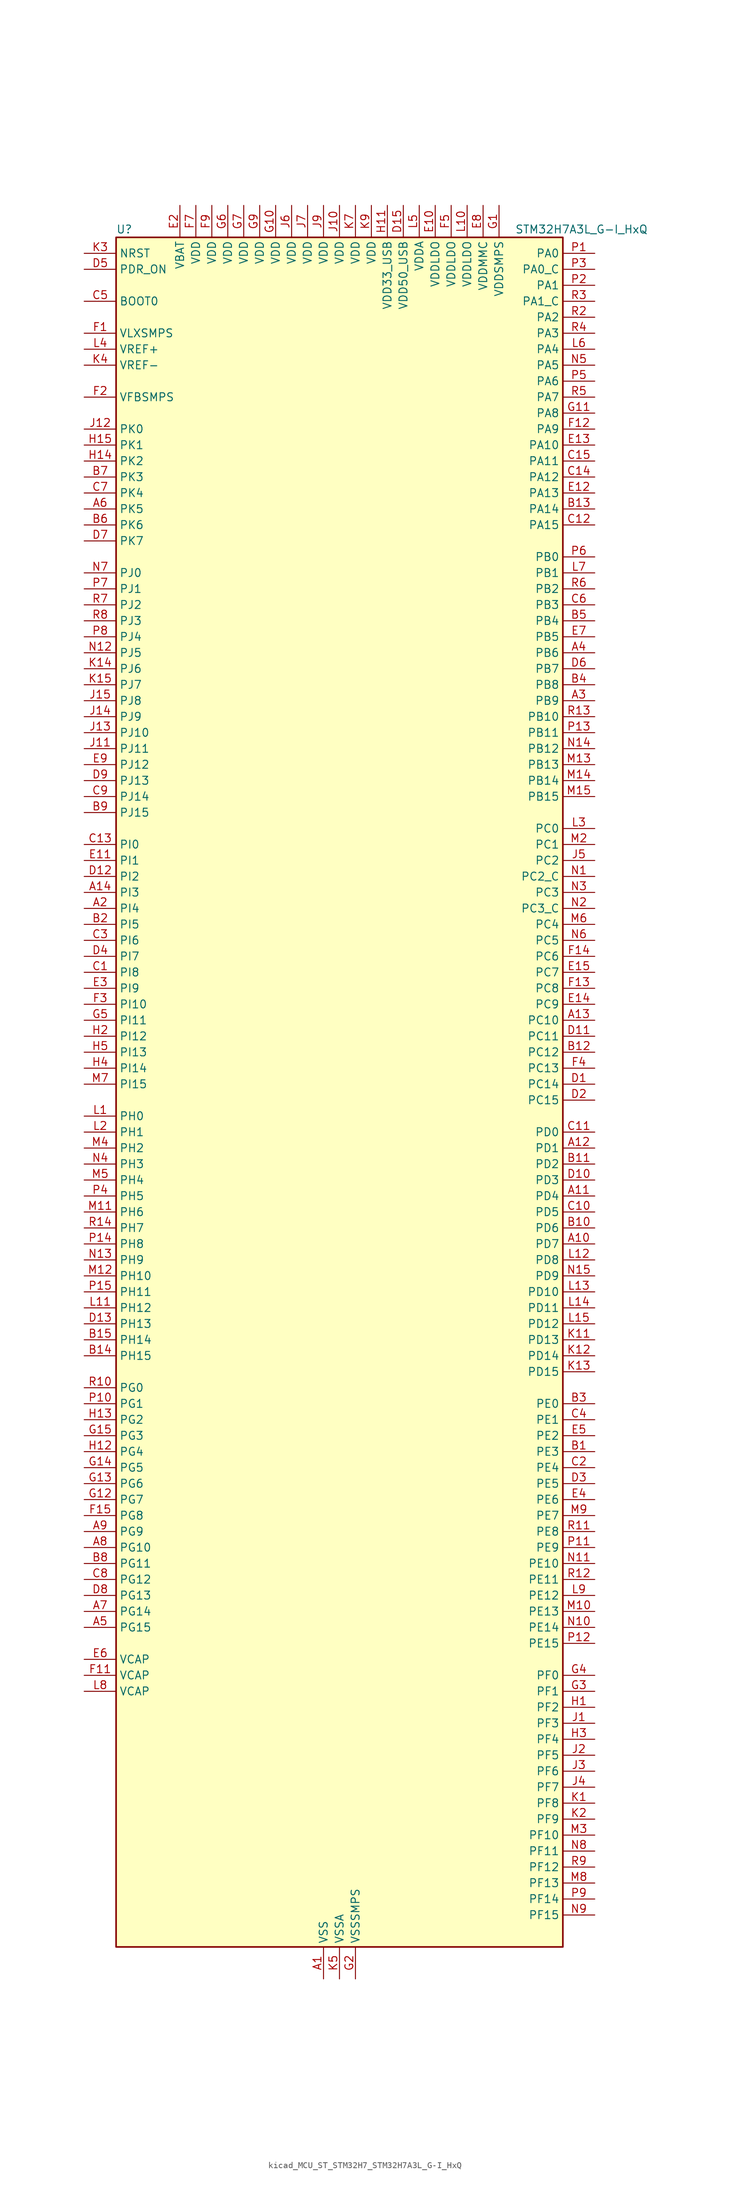
<source format=kicad_sym>
(kicad_symbol_lib
  (version 20220914)
  (generator kicad_symbol_editor)
  (symbol "kicad_MCU_ST_STM32H7_STM32H7A3L_G-I_HxQ"
    (property "Reference" "U"
      (at -35.56 138.43 0)
      (effects (font (size 1.27 1.27)) (justify left)))
    (property "Value" "STM32H7A3L_G-I_HxQ"
      (at 27.94 138.43 0)
      (effects (font (size 1.27 1.27)) (justify left)))
    (property "ki_locked" ""
      (at 0 0 0)
      (effects (font (size 1.27 1.27))))
    (symbol "kicad_MCU_ST_STM32H7_STM32H7A3L_G-I_HxQ_0_1"
      (rectangle (start -35.56 -134.62) (end 35.56 137.16) (stroke (width 0.254) (type default)) (fill (type background))))
    (symbol "kicad_MCU_ST_STM32H7_STM32H7A3L_G-I_HxQ_1_1"
      (pin power_in line (at -2.54 -139.7 90) (length 5.08) (name "VSS" (effects (font (size 1.27 1.27)))) (number "A1" (effects (font (size 1.27 1.27)))))
      (pin bidirectional line (at 40.64 -22.86 180) (length 5.08) (name "PD7" (effects (font (size 1.27 1.27)))) (number "A10" (effects (font (size 1.27 1.27)))) (alternate "DFSDM1_CKIN1" bidirectional line) (alternate "DFSDM1_DATIN4" bidirectional line) (alternate "FMC_NE1" bidirectional line) (alternate "I2S1_SDO" bidirectional line) (alternate "OCTOSPIM_P1_IO7" bidirectional line) (alternate "SDMMC2_CMD" bidirectional line) (alternate "SPDIFRX_IN0" bidirectional line) (alternate "SPI1_MOSI" bidirectional line) (alternate "USART2_CK" bidirectional line))
      (pin bidirectional line (at 40.64 -15.24 180) (length 5.08) (name "PD4" (effects (font (size 1.27 1.27)))) (number "A11" (effects (font (size 1.27 1.27)))) (alternate "FMC_NOE" bidirectional line) (alternate "OCTOSPIM_P1_IO4" bidirectional line) (alternate "USART2_DE" bidirectional line) (alternate "USART2_RTS" bidirectional line))
      (pin bidirectional line (at 40.64 -7.62 180) (length 5.08) (name "PD1" (effects (font (size 1.27 1.27)))) (number "A12" (effects (font (size 1.27 1.27)))) (alternate "DFSDM1_DATIN6" bidirectional line) (alternate "FDCAN1_TX" bidirectional line) (alternate "FMC_D3" bidirectional line) (alternate "FMC_DA3" bidirectional line) (alternate "UART4_TX" bidirectional line))
      (pin bidirectional line (at 40.64 12.7 180) (length 5.08) (name "PC10" (effects (font (size 1.27 1.27)))) (number "A13" (effects (font (size 1.27 1.27)))) (alternate "DCMI_D8" bidirectional line) (alternate "DFSDM1_CKIN5" bidirectional line) (alternate "DFSDM2_CKIN0" bidirectional line) (alternate "I2S3_CK" bidirectional line) (alternate "LTDC_B1" bidirectional line) (alternate "LTDC_R2" bidirectional line) (alternate "OCTOSPIM_P1_IO1" bidirectional line) (alternate "PSSI_D8" bidirectional line) (alternate "SDMMC1_D2" bidirectional line) (alternate "SPI3_SCK" bidirectional line) (alternate "SWPMI1_RX" bidirectional line) (alternate "UART4_TX" bidirectional line) (alternate "USART3_TX" bidirectional line))
      (pin bidirectional line (at -40.64 33.02 0) (length 5.08) (name "PI3" (effects (font (size 1.27 1.27)))) (number "A14" (effects (font (size 1.27 1.27)))) (alternate "DCMI_D10" bidirectional line) (alternate "FMC_D27" bidirectional line) (alternate "I2S2_SDO" bidirectional line) (alternate "PSSI_D10" bidirectional line) (alternate "SPI2_MOSI" bidirectional line) (alternate "TIM8_ETR" bidirectional line))
      (pin passive line (at -2.54 -139.7 90) (length 5.08) hide (name "VSS" (effects (font (size 1.27 1.27)))) (number "A15" (effects (font (size 1.27 1.27)))))
      (pin bidirectional line (at -40.64 30.48 0) (length 5.08) (name "PI4" (effects (font (size 1.27 1.27)))) (number "A2" (effects (font (size 1.27 1.27)))) (alternate "DCMI_D5" bidirectional line) (alternate "FMC_NBL2" bidirectional line) (alternate "LTDC_B4" bidirectional line) (alternate "PSSI_D5" bidirectional line) (alternate "SAI2_MCLK_A" bidirectional line) (alternate "TIM8_BKIN" bidirectional line) (alternate "TIM8_BKIN_COMP1" bidirectional line) (alternate "TIM8_BKIN_COMP2" bidirectional line))
      (pin bidirectional line (at 40.64 63.5 180) (length 5.08) (name "PB9" (effects (font (size 1.27 1.27)))) (number "A3" (effects (font (size 1.27 1.27)))) (alternate "DAC1_EXTI9" bidirectional line) (alternate "DCMI_D7" bidirectional line) (alternate "DFSDM1_DATIN7" bidirectional line) (alternate "FDCAN1_TX" bidirectional line) (alternate "I2C1_SDA" bidirectional line) (alternate "I2C4_SDA" bidirectional line) (alternate "I2C4_SMBA" bidirectional line) (alternate "I2S2_WS" bidirectional line) (alternate "LTDC_B7" bidirectional line) (alternate "PSSI_D7" bidirectional line) (alternate "SDMMC1_CDIR" bidirectional line) (alternate "SDMMC1_D5" bidirectional line) (alternate "SDMMC2_D5" bidirectional line) (alternate "SPI2_NSS" bidirectional line) (alternate "TIM17_CH1" bidirectional line) (alternate "TIM4_CH4" bidirectional line) (alternate "UART4_TX" bidirectional line))
      (pin bidirectional line (at 40.64 71.12 180) (length 5.08) (name "PB6" (effects (font (size 1.27 1.27)))) (number "A4" (effects (font (size 1.27 1.27)))) (alternate "CEC" bidirectional line) (alternate "DCMI_D5" bidirectional line) (alternate "DFSDM1_DATIN5" bidirectional line) (alternate "FDCAN2_TX" bidirectional line) (alternate "FMC_SDNE1" bidirectional line) (alternate "I2C1_SCL" bidirectional line) (alternate "I2C4_SCL" bidirectional line) (alternate "LPUART1_TX" bidirectional line) (alternate "OCTOSPIM_P1_NCS" bidirectional line) (alternate "PSSI_D5" bidirectional line) (alternate "TIM16_CH1N" bidirectional line) (alternate "TIM4_CH1" bidirectional line) (alternate "UART5_TX" bidirectional line) (alternate "USART1_TX" bidirectional line))
      (pin bidirectional line (at -40.64 -83.82 0) (length 5.08) (name "PG15" (effects (font (size 1.27 1.27)))) (number "A5" (effects (font (size 1.27 1.27)))) (alternate "ADC1_EXTI15" bidirectional line) (alternate "ADC2_EXTI15" bidirectional line) (alternate "DCMI_D13" bidirectional line) (alternate "FMC_SDNCAS" bidirectional line) (alternate "OCTOSPIM_P2_DQS" bidirectional line) (alternate "PSSI_D13" bidirectional line) (alternate "USART10_CK" bidirectional line) (alternate "USART6_CTS" bidirectional line) (alternate "USART6_NSS" bidirectional line))
      (pin bidirectional line (at -40.64 93.98 0) (length 5.08) (name "PK5" (effects (font (size 1.27 1.27)))) (number "A6" (effects (font (size 1.27 1.27)))) (alternate "LTDC_B6" bidirectional line) (alternate "OCTOSPIM_P2_NCS" bidirectional line))
      (pin bidirectional line (at -40.64 -81.28 0) (length 5.08) (name "PG14" (effects (font (size 1.27 1.27)))) (number "A7" (effects (font (size 1.27 1.27)))) (alternate "DEBUG_TRACED1" bidirectional line) (alternate "FMC_A25" bidirectional line) (alternate "I2S6_SDO" bidirectional line) (alternate "LPTIM1_ETR" bidirectional line) (alternate "LTDC_B0" bidirectional line) (alternate "OCTOSPIM_P1_IO7" bidirectional line) (alternate "SDMMC2_D7" bidirectional line) (alternate "SPI6_MOSI" bidirectional line) (alternate "USART10_DE" bidirectional line) (alternate "USART10_RTS" bidirectional line) (alternate "USART6_TX" bidirectional line))
      (pin bidirectional line (at -40.64 -71.12 0) (length 5.08) (name "PG10" (effects (font (size 1.27 1.27)))) (number "A8" (effects (font (size 1.27 1.27)))) (alternate "DCMI_D2" bidirectional line) (alternate "FMC_NE3" bidirectional line) (alternate "I2S1_WS" bidirectional line) (alternate "LTDC_B2" bidirectional line) (alternate "LTDC_G3" bidirectional line) (alternate "OCTOSPIM_P2_IO6" bidirectional line) (alternate "PSSI_D2" bidirectional line) (alternate "SAI2_SD_B" bidirectional line) (alternate "SDMMC2_D1" bidirectional line) (alternate "SPI1_NSS" bidirectional line))
      (pin bidirectional line (at -40.64 -68.58 0) (length 5.08) (name "PG9" (effects (font (size 1.27 1.27)))) (number "A9" (effects (font (size 1.27 1.27)))) (alternate "DAC1_EXTI9" bidirectional line) (alternate "DCMI_VSYNC" bidirectional line) (alternate "FMC_NCE" bidirectional line) (alternate "FMC_NE2" bidirectional line) (alternate "I2S1_SDI" bidirectional line) (alternate "OCTOSPIM_P1_IO6" bidirectional line) (alternate "PSSI_RDY" bidirectional line) (alternate "SAI2_FS_B" bidirectional line) (alternate "SDMMC2_D0" bidirectional line) (alternate "SPDIFRX_IN3" bidirectional line) (alternate "SPI1_MISO" bidirectional line) (alternate "USART6_RX" bidirectional line))
      (pin bidirectional line (at 40.64 -55.88 180) (length 5.08) (name "PE3" (effects (font (size 1.27 1.27)))) (number "B1" (effects (font (size 1.27 1.27)))) (alternate "DEBUG_TRACED0" bidirectional line) (alternate "FMC_A19" bidirectional line) (alternate "SAI1_SD_B" bidirectional line) (alternate "TIM15_BKIN" bidirectional line) (alternate "USART10_TX" bidirectional line))
      (pin bidirectional line (at 40.64 -20.32 180) (length 5.08) (name "PD6" (effects (font (size 1.27 1.27)))) (number "B10" (effects (font (size 1.27 1.27)))) (alternate "DCMI_D10" bidirectional line) (alternate "DFSDM1_CKIN4" bidirectional line) (alternate "DFSDM1_DATIN1" bidirectional line) (alternate "FMC_NWAIT" bidirectional line) (alternate "I2S3_SDO" bidirectional line) (alternate "LTDC_B2" bidirectional line) (alternate "OCTOSPIM_P1_IO6" bidirectional line) (alternate "PSSI_D10" bidirectional line) (alternate "SAI1_D1" bidirectional line) (alternate "SAI1_SD_A" bidirectional line) (alternate "SDMMC2_CK" bidirectional line) (alternate "SPI3_MOSI" bidirectional line) (alternate "USART2_RX" bidirectional line))
      (pin bidirectional line (at 40.64 -10.16 180) (length 5.08) (name "PD2" (effects (font (size 1.27 1.27)))) (number "B11" (effects (font (size 1.27 1.27)))) (alternate "DCMI_D11" bidirectional line) (alternate "DEBUG_TRACED2" bidirectional line) (alternate "LTDC_B2" bidirectional line) (alternate "LTDC_B7" bidirectional line) (alternate "PSSI_D11" bidirectional line) (alternate "SDMMC1_CMD" bidirectional line) (alternate "TIM15_BKIN" bidirectional line) (alternate "TIM3_ETR" bidirectional line) (alternate "UART5_RX" bidirectional line))
      (pin bidirectional line (at 40.64 7.62 180) (length 5.08) (name "PC12" (effects (font (size 1.27 1.27)))) (number "B12" (effects (font (size 1.27 1.27)))) (alternate "DCMI_D9" bidirectional line) (alternate "DEBUG_TRACED3" bidirectional line) (alternate "DFSDM2_CKOUT" bidirectional line) (alternate "I2S3_SDO" bidirectional line) (alternate "I2S6_CK" bidirectional line) (alternate "LTDC_R6" bidirectional line) (alternate "PSSI_D9" bidirectional line) (alternate "SDMMC1_CK" bidirectional line) (alternate "SPI3_MOSI" bidirectional line) (alternate "SPI6_SCK" bidirectional line) (alternate "TIM15_CH1" bidirectional line) (alternate "UART5_TX" bidirectional line) (alternate "USART3_CK" bidirectional line))
      (pin bidirectional line (at 40.64 93.98 180) (length 5.08) (name "PA14" (effects (font (size 1.27 1.27)))) (number "B13" (effects (font (size 1.27 1.27)))) (alternate "DEBUG_JTCK-SWCLK" bidirectional line))
      (pin bidirectional line (at -40.64 -40.64 0) (length 5.08) (name "PH15" (effects (font (size 1.27 1.27)))) (number "B14" (effects (font (size 1.27 1.27)))) (alternate "ADC1_EXTI15" bidirectional line) (alternate "ADC2_EXTI15" bidirectional line) (alternate "DCMI_D11" bidirectional line) (alternate "FMC_D23" bidirectional line) (alternate "LTDC_G4" bidirectional line) (alternate "PSSI_D11" bidirectional line) (alternate "TIM8_CH3N" bidirectional line))
      (pin bidirectional line (at -40.64 -38.1 0) (length 5.08) (name "PH14" (effects (font (size 1.27 1.27)))) (number "B15" (effects (font (size 1.27 1.27)))) (alternate "DCMI_D4" bidirectional line) (alternate "FDCAN1_RX" bidirectional line) (alternate "FMC_D22" bidirectional line) (alternate "LTDC_G3" bidirectional line) (alternate "PSSI_D4" bidirectional line) (alternate "TIM8_CH2N" bidirectional line) (alternate "UART4_RX" bidirectional line))
      (pin bidirectional line (at -40.64 27.94 0) (length 5.08) (name "PI5" (effects (font (size 1.27 1.27)))) (number "B2" (effects (font (size 1.27 1.27)))) (alternate "DCMI_VSYNC" bidirectional line) (alternate "FMC_NBL3" bidirectional line) (alternate "LTDC_B5" bidirectional line) (alternate "PSSI_RDY" bidirectional line) (alternate "SAI2_SCK_A" bidirectional line) (alternate "TIM8_CH1" bidirectional line))
      (pin bidirectional line (at 40.64 -48.26 180) (length 5.08) (name "PE0" (effects (font (size 1.27 1.27)))) (number "B3" (effects (font (size 1.27 1.27)))) (alternate "DCMI_D2" bidirectional line) (alternate "FMC_NBL0" bidirectional line) (alternate "LPTIM1_ETR" bidirectional line) (alternate "LPTIM2_ETR" bidirectional line) (alternate "LTDC_R0" bidirectional line) (alternate "PSSI_D2" bidirectional line) (alternate "SAI2_MCLK_A" bidirectional line) (alternate "TIM4_ETR" bidirectional line) (alternate "UART8_RX" bidirectional line))
      (pin bidirectional line (at 40.64 66.04 180) (length 5.08) (name "PB8" (effects (font (size 1.27 1.27)))) (number "B4" (effects (font (size 1.27 1.27)))) (alternate "DCMI_D6" bidirectional line) (alternate "DFSDM1_CKIN7" bidirectional line) (alternate "FDCAN1_RX" bidirectional line) (alternate "I2C1_SCL" bidirectional line) (alternate "I2C4_SCL" bidirectional line) (alternate "LTDC_B6" bidirectional line) (alternate "PSSI_D6" bidirectional line) (alternate "SDMMC1_CKIN" bidirectional line) (alternate "SDMMC1_D4" bidirectional line) (alternate "SDMMC2_D4" bidirectional line) (alternate "TIM16_CH1" bidirectional line) (alternate "TIM4_CH3" bidirectional line) (alternate "UART4_RX" bidirectional line))
      (pin bidirectional line (at 40.64 76.2 180) (length 5.08) (name "PB4" (effects (font (size 1.27 1.27)))) (number "B5" (effects (font (size 1.27 1.27)))) (alternate "DEBUG_JTRST" bidirectional line) (alternate "I2S1_SDI" bidirectional line) (alternate "I2S2_WS" bidirectional line) (alternate "I2S3_SDI" bidirectional line) (alternate "I2S6_SDI" bidirectional line) (alternate "SDMMC2_D3" bidirectional line) (alternate "SPI1_MISO" bidirectional line) (alternate "SPI2_NSS" bidirectional line) (alternate "SPI3_MISO" bidirectional line) (alternate "SPI6_MISO" bidirectional line) (alternate "TIM16_BKIN" bidirectional line) (alternate "TIM3_CH1" bidirectional line) (alternate "UART7_TX" bidirectional line))
      (pin bidirectional line (at -40.64 91.44 0) (length 5.08) (name "PK6" (effects (font (size 1.27 1.27)))) (number "B6" (effects (font (size 1.27 1.27)))) (alternate "LTDC_B7" bidirectional line) (alternate "OCTOSPIM_P2_DQS" bidirectional line))
      (pin bidirectional line (at -40.64 99.06 0) (length 5.08) (name "PK3" (effects (font (size 1.27 1.27)))) (number "B7" (effects (font (size 1.27 1.27)))) (alternate "LTDC_B4" bidirectional line) (alternate "OCTOSPIM_P2_IO6" bidirectional line))
      (pin bidirectional line (at -40.64 -73.66 0) (length 5.08) (name "PG11" (effects (font (size 1.27 1.27)))) (number "B8" (effects (font (size 1.27 1.27)))) (alternate "ADC1_EXTI11" bidirectional line) (alternate "ADC2_EXTI11" bidirectional line) (alternate "DCMI_D3" bidirectional line) (alternate "I2S1_CK" bidirectional line) (alternate "LPTIM1_IN2" bidirectional line) (alternate "LTDC_B3" bidirectional line) (alternate "OCTOSPIM_P2_IO7" bidirectional line) (alternate "PSSI_D3" bidirectional line) (alternate "SDMMC2_D2" bidirectional line) (alternate "SPDIFRX_IN0" bidirectional line) (alternate "SPI1_SCK" bidirectional line) (alternate "USART10_RX" bidirectional line))
      (pin bidirectional line (at -40.64 45.72 0) (length 5.08) (name "PJ15" (effects (font (size 1.27 1.27)))) (number "B9" (effects (font (size 1.27 1.27)))) (alternate "ADC1_EXTI15" bidirectional line) (alternate "ADC2_EXTI15" bidirectional line) (alternate "LTDC_B3" bidirectional line))
      (pin bidirectional line (at -40.64 20.32 0) (length 5.08) (name "PI8" (effects (font (size 1.27 1.27)))) (number "C1" (effects (font (size 1.27 1.27)))) (alternate "PWR_WKUP3" bidirectional line) (alternate "RTC_OUT_ALARM" bidirectional line) (alternate "RTC_TAMP2" bidirectional line))
      (pin bidirectional line (at 40.64 -17.78 180) (length 5.08) (name "PD5" (effects (font (size 1.27 1.27)))) (number "C10" (effects (font (size 1.27 1.27)))) (alternate "FMC_NWE" bidirectional line) (alternate "OCTOSPIM_P1_IO5" bidirectional line) (alternate "USART2_TX" bidirectional line))
      (pin bidirectional line (at 40.64 -5.08 180) (length 5.08) (name "PD0" (effects (font (size 1.27 1.27)))) (number "C11" (effects (font (size 1.27 1.27)))) (alternate "DFSDM1_CKIN6" bidirectional line) (alternate "FDCAN1_RX" bidirectional line) (alternate "FMC_D2" bidirectional line) (alternate "FMC_DA2" bidirectional line) (alternate "LTDC_B1" bidirectional line) (alternate "UART4_RX" bidirectional line) (alternate "UART9_CTS" bidirectional line))
      (pin bidirectional line (at 40.64 91.44 180) (length 5.08) (name "PA15" (effects (font (size 1.27 1.27)))) (number "C12" (effects (font (size 1.27 1.27)))) (alternate "ADC1_EXTI15" bidirectional line) (alternate "ADC2_EXTI15" bidirectional line) (alternate "CEC" bidirectional line) (alternate "DEBUG_JTDI" bidirectional line) (alternate "I2S1_WS" bidirectional line) (alternate "I2S3_WS" bidirectional line) (alternate "I2S6_WS" bidirectional line) (alternate "LTDC_B6" bidirectional line) (alternate "LTDC_R3" bidirectional line) (alternate "SPI1_NSS" bidirectional line) (alternate "SPI3_NSS" bidirectional line) (alternate "SPI6_NSS" bidirectional line) (alternate "TIM2_CH1" bidirectional line) (alternate "TIM2_ETR" bidirectional line) (alternate "UART4_DE" bidirectional line) (alternate "UART4_RTS" bidirectional line) (alternate "UART7_TX" bidirectional line))
      (pin bidirectional line (at -40.64 40.64 0) (length 5.08) (name "PI0" (effects (font (size 1.27 1.27)))) (number "C13" (effects (font (size 1.27 1.27)))) (alternate "DCMI_D13" bidirectional line) (alternate "FMC_D24" bidirectional line) (alternate "I2S2_WS" bidirectional line) (alternate "LTDC_G5" bidirectional line) (alternate "PSSI_D13" bidirectional line) (alternate "SPI2_NSS" bidirectional line) (alternate "TIM5_CH4" bidirectional line))
      (pin bidirectional line (at 40.64 99.06 180) (length 5.08) (name "PA12" (effects (font (size 1.27 1.27)))) (number "C14" (effects (font (size 1.27 1.27)))) (alternate "FDCAN1_TX" bidirectional line) (alternate "I2S2_CK" bidirectional line) (alternate "LPUART1_DE" bidirectional line) (alternate "LPUART1_RTS" bidirectional line) (alternate "LTDC_R5" bidirectional line) (alternate "SAI2_FS_B" bidirectional line) (alternate "SPI2_SCK" bidirectional line) (alternate "TIM1_ETR" bidirectional line) (alternate "UART4_TX" bidirectional line) (alternate "USART1_DE" bidirectional line) (alternate "USART1_RTS" bidirectional line) (alternate "USB_OTG_HS_DP" bidirectional line))
      (pin bidirectional line (at 40.64 101.6 180) (length 5.08) (name "PA11" (effects (font (size 1.27 1.27)))) (number "C15" (effects (font (size 1.27 1.27)))) (alternate "ADC1_EXTI11" bidirectional line) (alternate "ADC2_EXTI11" bidirectional line) (alternate "FDCAN1_RX" bidirectional line) (alternate "I2S2_WS" bidirectional line) (alternate "LPUART1_CTS" bidirectional line) (alternate "LTDC_R4" bidirectional line) (alternate "SPI2_NSS" bidirectional line) (alternate "TIM1_CH4" bidirectional line) (alternate "UART4_RX" bidirectional line) (alternate "USART1_CTS" bidirectional line) (alternate "USART1_NSS" bidirectional line) (alternate "USB_OTG_HS_DM" bidirectional line))
      (pin bidirectional line (at 40.64 -58.42 180) (length 5.08) (name "PE4" (effects (font (size 1.27 1.27)))) (number "C2" (effects (font (size 1.27 1.27)))) (alternate "DCMI_D4" bidirectional line) (alternate "DEBUG_TRACED1" bidirectional line) (alternate "DFSDM1_DATIN3" bidirectional line) (alternate "FMC_A20" bidirectional line) (alternate "LTDC_B0" bidirectional line) (alternate "PSSI_D4" bidirectional line) (alternate "SAI1_D2" bidirectional line) (alternate "SAI1_FS_A" bidirectional line) (alternate "SPI4_NSS" bidirectional line) (alternate "TIM15_CH1N" bidirectional line))
      (pin bidirectional line (at -40.64 25.4 0) (length 5.08) (name "PI6" (effects (font (size 1.27 1.27)))) (number "C3" (effects (font (size 1.27 1.27)))) (alternate "DCMI_D6" bidirectional line) (alternate "FMC_D28" bidirectional line) (alternate "LTDC_B6" bidirectional line) (alternate "PSSI_D6" bidirectional line) (alternate "SAI2_SD_A" bidirectional line) (alternate "TIM8_CH2" bidirectional line))
      (pin bidirectional line (at 40.64 -50.8 180) (length 5.08) (name "PE1" (effects (font (size 1.27 1.27)))) (number "C4" (effects (font (size 1.27 1.27)))) (alternate "DCMI_D3" bidirectional line) (alternate "FMC_NBL1" bidirectional line) (alternate "LPTIM1_IN2" bidirectional line) (alternate "LTDC_R6" bidirectional line) (alternate "PSSI_D3" bidirectional line) (alternate "UART8_TX" bidirectional line))
      (pin input line (at -40.64 127 0) (length 5.08) (name "BOOT0" (effects (font (size 1.27 1.27)))) (number "C5" (effects (font (size 1.27 1.27)))))
      (pin bidirectional line (at 40.64 78.74 180) (length 5.08) (name "PB3" (effects (font (size 1.27 1.27)))) (number "C6" (effects (font (size 1.27 1.27)))) (alternate "CRS_SYNC" bidirectional line) (alternate "DEBUG_JTDO-SWO" bidirectional line) (alternate "I2S1_CK" bidirectional line) (alternate "I2S3_CK" bidirectional line) (alternate "I2S6_CK" bidirectional line) (alternate "SDMMC2_D2" bidirectional line) (alternate "SPI1_SCK" bidirectional line) (alternate "SPI3_SCK" bidirectional line) (alternate "SPI6_SCK" bidirectional line) (alternate "TIM2_CH2" bidirectional line) (alternate "UART7_RX" bidirectional line))
      (pin bidirectional line (at -40.64 96.52 0) (length 5.08) (name "PK4" (effects (font (size 1.27 1.27)))) (number "C7" (effects (font (size 1.27 1.27)))) (alternate "LTDC_B5" bidirectional line) (alternate "OCTOSPIM_P2_IO7" bidirectional line))
      (pin bidirectional line (at -40.64 -76.2 0) (length 5.08) (name "PG12" (effects (font (size 1.27 1.27)))) (number "C8" (effects (font (size 1.27 1.27)))) (alternate "FMC_NE4" bidirectional line) (alternate "I2S6_SDI" bidirectional line) (alternate "LPTIM1_IN1" bidirectional line) (alternate "LTDC_B1" bidirectional line) (alternate "LTDC_B4" bidirectional line) (alternate "OCTOSPIM_P2_NCS" bidirectional line) (alternate "SDMMC2_D3" bidirectional line) (alternate "SPDIFRX_IN1" bidirectional line) (alternate "SPI6_MISO" bidirectional line) (alternate "USART10_TX" bidirectional line) (alternate "USART6_DE" bidirectional line) (alternate "USART6_RTS" bidirectional line))
      (pin bidirectional line (at -40.64 48.26 0) (length 5.08) (name "PJ14" (effects (font (size 1.27 1.27)))) (number "C9" (effects (font (size 1.27 1.27)))) (alternate "LTDC_B2" bidirectional line))
      (pin bidirectional line (at 40.64 2.54 180) (length 5.08) (name "PC14" (effects (font (size 1.27 1.27)))) (number "D1" (effects (font (size 1.27 1.27)))) (alternate "RCC_OSC32_IN" bidirectional line))
      (pin bidirectional line (at 40.64 -12.7 180) (length 5.08) (name "PD3" (effects (font (size 1.27 1.27)))) (number "D10" (effects (font (size 1.27 1.27)))) (alternate "DCMI_D5" bidirectional line) (alternate "DFSDM1_CKOUT" bidirectional line) (alternate "FMC_CLK" bidirectional line) (alternate "I2S2_CK" bidirectional line) (alternate "LTDC_G7" bidirectional line) (alternate "PSSI_D5" bidirectional line) (alternate "SPI2_SCK" bidirectional line) (alternate "USART2_CTS" bidirectional line) (alternate "USART2_NSS" bidirectional line))
      (pin bidirectional line (at 40.64 10.16 180) (length 5.08) (name "PC11" (effects (font (size 1.27 1.27)))) (number "D11" (effects (font (size 1.27 1.27)))) (alternate "ADC1_EXTI11" bidirectional line) (alternate "ADC2_EXTI11" bidirectional line) (alternate "DCMI_D4" bidirectional line) (alternate "DFSDM1_DATIN5" bidirectional line) (alternate "DFSDM2_DATIN0" bidirectional line) (alternate "I2S3_SDI" bidirectional line) (alternate "LTDC_B4" bidirectional line) (alternate "OCTOSPIM_P1_NCS" bidirectional line) (alternate "PSSI_D4" bidirectional line) (alternate "SDMMC1_D3" bidirectional line) (alternate "SPI3_MISO" bidirectional line) (alternate "UART4_RX" bidirectional line) (alternate "USART3_RX" bidirectional line))
      (pin bidirectional line (at -40.64 35.56 0) (length 5.08) (name "PI2" (effects (font (size 1.27 1.27)))) (number "D12" (effects (font (size 1.27 1.27)))) (alternate "DCMI_D9" bidirectional line) (alternate "FMC_D26" bidirectional line) (alternate "I2S2_SDI" bidirectional line) (alternate "LTDC_G7" bidirectional line) (alternate "PSSI_D9" bidirectional line) (alternate "SPI2_MISO" bidirectional line) (alternate "TIM8_CH4" bidirectional line))
      (pin bidirectional line (at -40.64 -35.56 0) (length 5.08) (name "PH13" (effects (font (size 1.27 1.27)))) (number "D13" (effects (font (size 1.27 1.27)))) (alternate "FDCAN1_TX" bidirectional line) (alternate "FMC_D21" bidirectional line) (alternate "LTDC_G2" bidirectional line) (alternate "TIM8_CH1N" bidirectional line) (alternate "UART4_TX" bidirectional line))
      (pin passive line (at -2.54 -139.7 90) (length 5.08) hide (name "VSS" (effects (font (size 1.27 1.27)))) (number "D14" (effects (font (size 1.27 1.27)))))
      (pin power_in line (at 10.16 142.24 270) (length 5.08) (name "VDD50_USB" (effects (font (size 1.27 1.27)))) (number "D15" (effects (font (size 1.27 1.27)))))
      (pin bidirectional line (at 40.64 0 180) (length 5.08) (name "PC15" (effects (font (size 1.27 1.27)))) (number "D2" (effects (font (size 1.27 1.27)))) (alternate "ADC1_EXTI15" bidirectional line) (alternate "ADC2_EXTI15" bidirectional line) (alternate "RCC_OSC32_OUT" bidirectional line))
      (pin bidirectional line (at 40.64 -60.96 180) (length 5.08) (name "PE5" (effects (font (size 1.27 1.27)))) (number "D3" (effects (font (size 1.27 1.27)))) (alternate "DCMI_D6" bidirectional line) (alternate "DEBUG_TRACED2" bidirectional line) (alternate "DFSDM1_CKIN3" bidirectional line) (alternate "FMC_A21" bidirectional line) (alternate "LTDC_G0" bidirectional line) (alternate "PSSI_D6" bidirectional line) (alternate "SAI1_CK2" bidirectional line) (alternate "SAI1_SCK_A" bidirectional line) (alternate "SPI4_MISO" bidirectional line) (alternate "TIM15_CH1" bidirectional line))
      (pin bidirectional line (at -40.64 22.86 0) (length 5.08) (name "PI7" (effects (font (size 1.27 1.27)))) (number "D4" (effects (font (size 1.27 1.27)))) (alternate "DCMI_D7" bidirectional line) (alternate "FMC_D29" bidirectional line) (alternate "LTDC_B7" bidirectional line) (alternate "PSSI_D7" bidirectional line) (alternate "SAI2_FS_A" bidirectional line) (alternate "TIM8_CH3" bidirectional line))
      (pin input line (at -40.64 132.08 0) (length 5.08) (name "PDR_ON" (effects (font (size 1.27 1.27)))) (number "D5" (effects (font (size 1.27 1.27)))))
      (pin bidirectional line (at 40.64 68.58 180) (length 5.08) (name "PB7" (effects (font (size 1.27 1.27)))) (number "D6" (effects (font (size 1.27 1.27)))) (alternate "DCMI_VSYNC" bidirectional line) (alternate "DFSDM1_CKIN5" bidirectional line) (alternate "FMC_NL" bidirectional line) (alternate "I2C1_SDA" bidirectional line) (alternate "I2C4_SDA" bidirectional line) (alternate "LPUART1_RX" bidirectional line) (alternate "PSSI_RDY" bidirectional line) (alternate "PWR_PVD_IN" bidirectional line) (alternate "TIM17_CH1N" bidirectional line) (alternate "TIM4_CH2" bidirectional line) (alternate "USART1_RX" bidirectional line))
      (pin bidirectional line (at -40.64 88.9 0) (length 5.08) (name "PK7" (effects (font (size 1.27 1.27)))) (number "D7" (effects (font (size 1.27 1.27)))) (alternate "LTDC_DE" bidirectional line))
      (pin bidirectional line (at -40.64 -78.74 0) (length 5.08) (name "PG13" (effects (font (size 1.27 1.27)))) (number "D8" (effects (font (size 1.27 1.27)))) (alternate "DEBUG_TRACED0" bidirectional line) (alternate "FMC_A24" bidirectional line) (alternate "I2S6_CK" bidirectional line) (alternate "LPTIM1_OUT" bidirectional line) (alternate "LTDC_R0" bidirectional line) (alternate "SDMMC2_D6" bidirectional line) (alternate "SPI6_SCK" bidirectional line) (alternate "USART10_CTS" bidirectional line) (alternate "USART10_NSS" bidirectional line) (alternate "USART6_CTS" bidirectional line) (alternate "USART6_NSS" bidirectional line))
      (pin bidirectional line (at -40.64 50.8 0) (length 5.08) (name "PJ13" (effects (font (size 1.27 1.27)))) (number "D9" (effects (font (size 1.27 1.27)))) (alternate "LTDC_B1" bidirectional line) (alternate "LTDC_B4" bidirectional line))
      (pin passive line (at -2.54 -139.7 90) (length 5.08) hide (name "VSS" (effects (font (size 1.27 1.27)))) (number "E1" (effects (font (size 1.27 1.27)))))
      (pin power_in line (at 15.24 142.24 270) (length 5.08) (name "VDDLDO" (effects (font (size 1.27 1.27)))) (number "E10" (effects (font (size 1.27 1.27)))))
      (pin bidirectional line (at -40.64 38.1 0) (length 5.08) (name "PI1" (effects (font (size 1.27 1.27)))) (number "E11" (effects (font (size 1.27 1.27)))) (alternate "DCMI_D8" bidirectional line) (alternate "FMC_D25" bidirectional line) (alternate "I2S2_CK" bidirectional line) (alternate "LTDC_G6" bidirectional line) (alternate "PSSI_D8" bidirectional line) (alternate "SPI2_SCK" bidirectional line) (alternate "TIM8_BKIN2" bidirectional line) (alternate "TIM8_BKIN2_COMP1" bidirectional line) (alternate "TIM8_BKIN2_COMP2" bidirectional line))
      (pin bidirectional line (at 40.64 96.52 180) (length 5.08) (name "PA13" (effects (font (size 1.27 1.27)))) (number "E12" (effects (font (size 1.27 1.27)))) (alternate "DEBUG_JTMS-SWDIO" bidirectional line))
      (pin bidirectional line (at 40.64 104.14 180) (length 5.08) (name "PA10" (effects (font (size 1.27 1.27)))) (number "E13" (effects (font (size 1.27 1.27)))) (alternate "DCMI_D1" bidirectional line) (alternate "LPUART1_RX" bidirectional line) (alternate "LTDC_B1" bidirectional line) (alternate "LTDC_B4" bidirectional line) (alternate "MDIOS_MDIO" bidirectional line) (alternate "PSSI_D1" bidirectional line) (alternate "TIM1_CH3" bidirectional line) (alternate "USART1_RX" bidirectional line) (alternate "USB_OTG_HS_ID" bidirectional line))
      (pin bidirectional line (at 40.64 15.24 180) (length 5.08) (name "PC9" (effects (font (size 1.27 1.27)))) (number "E14" (effects (font (size 1.27 1.27)))) (alternate "DAC1_EXTI9" bidirectional line) (alternate "DCMI_D3" bidirectional line) (alternate "I2C3_SDA" bidirectional line) (alternate "I2S_CKIN" bidirectional line) (alternate "LTDC_B2" bidirectional line) (alternate "LTDC_G3" bidirectional line) (alternate "OCTOSPIM_P1_IO0" bidirectional line) (alternate "PSSI_D3" bidirectional line) (alternate "RCC_MCO_2" bidirectional line) (alternate "SDMMC1_D1" bidirectional line) (alternate "SWPMI1_SUSPEND" bidirectional line) (alternate "TIM3_CH4" bidirectional line) (alternate "TIM8_CH4" bidirectional line) (alternate "UART5_CTS" bidirectional line))
      (pin bidirectional line (at 40.64 20.32 180) (length 5.08) (name "PC7" (effects (font (size 1.27 1.27)))) (number "E15" (effects (font (size 1.27 1.27)))) (alternate "DCMI_D1" bidirectional line) (alternate "DEBUG_TRGIO" bidirectional line) (alternate "DFSDM1_DATIN3" bidirectional line) (alternate "FMC_NE1" bidirectional line) (alternate "I2S3_MCK" bidirectional line) (alternate "LTDC_G6" bidirectional line) (alternate "PSSI_D1" bidirectional line) (alternate "SDMMC1_D123DIR" bidirectional line) (alternate "SDMMC1_D7" bidirectional line) (alternate "SDMMC2_D7" bidirectional line) (alternate "SWPMI1_TX" bidirectional line) (alternate "TIM3_CH2" bidirectional line) (alternate "TIM8_CH2" bidirectional line) (alternate "USART6_RX" bidirectional line))
      (pin power_in line (at -25.4 142.24 270) (length 5.08) (name "VBAT" (effects (font (size 1.27 1.27)))) (number "E2" (effects (font (size 1.27 1.27)))))
      (pin bidirectional line (at -40.64 17.78 0) (length 5.08) (name "PI9" (effects (font (size 1.27 1.27)))) (number "E3" (effects (font (size 1.27 1.27)))) (alternate "DAC1_EXTI9" bidirectional line) (alternate "FDCAN1_RX" bidirectional line) (alternate "FMC_D30" bidirectional line) (alternate "LTDC_VSYNC" bidirectional line) (alternate "OCTOSPIM_P2_IO0" bidirectional line) (alternate "UART4_RX" bidirectional line))
      (pin bidirectional line (at 40.64 -63.5 180) (length 5.08) (name "PE6" (effects (font (size 1.27 1.27)))) (number "E4" (effects (font (size 1.27 1.27)))) (alternate "DCMI_D7" bidirectional line) (alternate "DEBUG_TRACED3" bidirectional line) (alternate "FMC_A22" bidirectional line) (alternate "LTDC_G1" bidirectional line) (alternate "PSSI_D7" bidirectional line) (alternate "SAI1_D1" bidirectional line) (alternate "SAI1_SD_A" bidirectional line) (alternate "SAI2_MCLK_B" bidirectional line) (alternate "SPI4_MOSI" bidirectional line) (alternate "TIM15_CH2" bidirectional line) (alternate "TIM1_BKIN2" bidirectional line) (alternate "TIM1_BKIN2_COMP1" bidirectional line) (alternate "TIM1_BKIN2_COMP2" bidirectional line))
      (pin bidirectional line (at 40.64 -53.34 180) (length 5.08) (name "PE2" (effects (font (size 1.27 1.27)))) (number "E5" (effects (font (size 1.27 1.27)))) (alternate "DEBUG_TRACECLK" bidirectional line) (alternate "FMC_A23" bidirectional line) (alternate "OCTOSPIM_P1_IO2" bidirectional line) (alternate "SAI1_CK1" bidirectional line) (alternate "SAI1_MCLK_A" bidirectional line) (alternate "SPI4_SCK" bidirectional line) (alternate "USART10_RX" bidirectional line))
      (pin power_out line (at -40.64 -88.9 0) (length 5.08) (name "VCAP" (effects (font (size 1.27 1.27)))) (number "E6" (effects (font (size 1.27 1.27)))))
      (pin bidirectional line (at 40.64 73.66 180) (length 5.08) (name "PB5" (effects (font (size 1.27 1.27)))) (number "E7" (effects (font (size 1.27 1.27)))) (alternate "DCMI_D10" bidirectional line) (alternate "FDCAN2_RX" bidirectional line) (alternate "FMC_SDCKE1" bidirectional line) (alternate "I2C1_SMBA" bidirectional line) (alternate "I2C4_SMBA" bidirectional line) (alternate "I2S1_SDO" bidirectional line) (alternate "I2S3_SDO" bidirectional line) (alternate "I2S6_SDO" bidirectional line) (alternate "LTDC_B5" bidirectional line) (alternate "PSSI_D10" bidirectional line) (alternate "SPI1_MOSI" bidirectional line) (alternate "SPI3_MOSI" bidirectional line) (alternate "SPI6_MOSI" bidirectional line) (alternate "TIM17_BKIN" bidirectional line) (alternate "TIM3_CH2" bidirectional line) (alternate "UART5_RX" bidirectional line) (alternate "USB_OTG_HS_ULPI_D7" bidirectional line))
      (pin power_in line (at 22.86 142.24 270) (length 5.08) (name "VDDMMC" (effects (font (size 1.27 1.27)))) (number "E8" (effects (font (size 1.27 1.27)))))
      (pin bidirectional line (at -40.64 53.34 0) (length 5.08) (name "PJ12" (effects (font (size 1.27 1.27)))) (number "E9" (effects (font (size 1.27 1.27)))) (alternate "DEBUG_TRGOUT" bidirectional line) (alternate "LTDC_B0" bidirectional line) (alternate "LTDC_G3" bidirectional line))
      (pin power_in line (at -40.64 121.92 0) (length 5.08) (name "VLXSMPS" (effects (font (size 1.27 1.27)))) (number "F1" (effects (font (size 1.27 1.27)))))
      (pin passive line (at -2.54 -139.7 90) (length 5.08) hide (name "VSS" (effects (font (size 1.27 1.27)))) (number "F10" (effects (font (size 1.27 1.27)))))
      (pin power_out line (at -40.64 -91.44 0) (length 5.08) (name "VCAP" (effects (font (size 1.27 1.27)))) (number "F11" (effects (font (size 1.27 1.27)))))
      (pin bidirectional line (at 40.64 106.68 180) (length 5.08) (name "PA9" (effects (font (size 1.27 1.27)))) (number "F12" (effects (font (size 1.27 1.27)))) (alternate "DAC1_EXTI9" bidirectional line) (alternate "DCMI_D0" bidirectional line) (alternate "I2C3_SMBA" bidirectional line) (alternate "I2S2_CK" bidirectional line) (alternate "LPUART1_TX" bidirectional line) (alternate "LTDC_R5" bidirectional line) (alternate "PSSI_D0" bidirectional line) (alternate "SPI2_SCK" bidirectional line) (alternate "TIM1_CH2" bidirectional line) (alternate "USART1_TX" bidirectional line) (alternate "USB_OTG_HS_VBUS" bidirectional line))
      (pin bidirectional line (at 40.64 17.78 180) (length 5.08) (name "PC8" (effects (font (size 1.27 1.27)))) (number "F13" (effects (font (size 1.27 1.27)))) (alternate "DCMI_D2" bidirectional line) (alternate "DEBUG_TRACED1" bidirectional line) (alternate "FMC_INT" bidirectional line) (alternate "FMC_NCE" bidirectional line) (alternate "FMC_NE2" bidirectional line) (alternate "PSSI_D2" bidirectional line) (alternate "SDMMC1_D0" bidirectional line) (alternate "SWPMI1_RX" bidirectional line) (alternate "TIM3_CH3" bidirectional line) (alternate "TIM8_CH3" bidirectional line) (alternate "UART5_DE" bidirectional line) (alternate "UART5_RTS" bidirectional line) (alternate "USART6_CK" bidirectional line))
      (pin bidirectional line (at 40.64 22.86 180) (length 5.08) (name "PC6" (effects (font (size 1.27 1.27)))) (number "F14" (effects (font (size 1.27 1.27)))) (alternate "DCMI_D0" bidirectional line) (alternate "DFSDM1_CKIN3" bidirectional line) (alternate "FMC_NWAIT" bidirectional line) (alternate "I2S2_MCK" bidirectional line) (alternate "LTDC_HSYNC" bidirectional line) (alternate "PSSI_D0" bidirectional line) (alternate "SDMMC1_D0DIR" bidirectional line) (alternate "SDMMC1_D6" bidirectional line) (alternate "SDMMC2_D6" bidirectional line) (alternate "SWPMI1_IO" bidirectional line) (alternate "TIM3_CH1" bidirectional line) (alternate "TIM8_CH1" bidirectional line) (alternate "USART6_TX" bidirectional line))
      (pin bidirectional line (at -40.64 -66.04 0) (length 5.08) (name "PG8" (effects (font (size 1.27 1.27)))) (number "F15" (effects (font (size 1.27 1.27)))) (alternate "FMC_SDCLK" bidirectional line) (alternate "I2S6_WS" bidirectional line) (alternate "LTDC_G7" bidirectional line) (alternate "SPDIFRX_IN2" bidirectional line) (alternate "SPI6_NSS" bidirectional line) (alternate "TIM8_ETR" bidirectional line) (alternate "USART6_DE" bidirectional line) (alternate "USART6_RTS" bidirectional line))
      (pin input line (at -40.64 111.76 0) (length 5.08) (name "VFBSMPS" (effects (font (size 1.27 1.27)))) (number "F2" (effects (font (size 1.27 1.27)))))
      (pin bidirectional line (at -40.64 15.24 0) (length 5.08) (name "PI10" (effects (font (size 1.27 1.27)))) (number "F3" (effects (font (size 1.27 1.27)))) (alternate "FMC_D31" bidirectional line) (alternate "LTDC_HSYNC" bidirectional line) (alternate "OCTOSPIM_P2_IO1" bidirectional line) (alternate "PSSI_D14" bidirectional line))
      (pin bidirectional line (at 40.64 5.08 180) (length 5.08) (name "PC13" (effects (font (size 1.27 1.27)))) (number "F4" (effects (font (size 1.27 1.27)))) (alternate "PWR_WKUP4" bidirectional line) (alternate "RTC_OUT_ALARM" bidirectional line) (alternate "RTC_OUT_CALIB" bidirectional line) (alternate "RTC_TAMP1" bidirectional line) (alternate "RTC_TS" bidirectional line))
      (pin power_in line (at 17.78 142.24 270) (length 5.08) (name "VDDLDO" (effects (font (size 1.27 1.27)))) (number "F5" (effects (font (size 1.27 1.27)))))
      (pin passive line (at -2.54 -139.7 90) (length 5.08) hide (name "VSS" (effects (font (size 1.27 1.27)))) (number "F6" (effects (font (size 1.27 1.27)))))
      (pin power_in line (at -22.86 142.24 270) (length 5.08) (name "VDD" (effects (font (size 1.27 1.27)))) (number "F7" (effects (font (size 1.27 1.27)))))
      (pin passive line (at -2.54 -139.7 90) (length 5.08) hide (name "VSS" (effects (font (size 1.27 1.27)))) (number "F8" (effects (font (size 1.27 1.27)))))
      (pin power_in line (at -20.32 142.24 270) (length 5.08) (name "VDD" (effects (font (size 1.27 1.27)))) (number "F9" (effects (font (size 1.27 1.27)))))
      (pin power_in line (at 25.4 142.24 270) (length 5.08) (name "VDDSMPS" (effects (font (size 1.27 1.27)))) (number "G1" (effects (font (size 1.27 1.27)))))
      (pin power_in line (at -10.16 142.24 270) (length 5.08) (name "VDD" (effects (font (size 1.27 1.27)))) (number "G10" (effects (font (size 1.27 1.27)))))
      (pin bidirectional line (at 40.64 109.22 180) (length 5.08) (name "PA8" (effects (font (size 1.27 1.27)))) (number "G11" (effects (font (size 1.27 1.27)))) (alternate "I2C3_SCL" bidirectional line) (alternate "LTDC_B3" bidirectional line) (alternate "LTDC_R6" bidirectional line) (alternate "RCC_MCO_1" bidirectional line) (alternate "TIM1_CH1" bidirectional line) (alternate "TIM8_BKIN2" bidirectional line) (alternate "TIM8_BKIN2_COMP1" bidirectional line) (alternate "TIM8_BKIN2_COMP2" bidirectional line) (alternate "UART7_RX" bidirectional line) (alternate "USART1_CK" bidirectional line) (alternate "USB_OTG_HS_SOF" bidirectional line))
      (pin bidirectional line (at -40.64 -63.5 0) (length 5.08) (name "PG7" (effects (font (size 1.27 1.27)))) (number "G12" (effects (font (size 1.27 1.27)))) (alternate "DCMI_D13" bidirectional line) (alternate "FMC_INT" bidirectional line) (alternate "LTDC_CLK" bidirectional line) (alternate "OCTOSPIM_P2_DQS" bidirectional line) (alternate "PSSI_D13" bidirectional line) (alternate "SAI1_MCLK_A" bidirectional line) (alternate "USART6_CK" bidirectional line))
      (pin bidirectional line (at -40.64 -60.96 0) (length 5.08) (name "PG6" (effects (font (size 1.27 1.27)))) (number "G13" (effects (font (size 1.27 1.27)))) (alternate "DCMI_D12" bidirectional line) (alternate "FMC_NE3" bidirectional line) (alternate "LTDC_R7" bidirectional line) (alternate "OCTOSPIM_P1_NCS" bidirectional line) (alternate "PSSI_D12" bidirectional line) (alternate "TIM17_BKIN" bidirectional line))
      (pin bidirectional line (at -40.64 -58.42 0) (length 5.08) (name "PG5" (effects (font (size 1.27 1.27)))) (number "G14" (effects (font (size 1.27 1.27)))) (alternate "FMC_A15" bidirectional line) (alternate "FMC_BA1" bidirectional line) (alternate "TIM1_ETR" bidirectional line))
      (pin bidirectional line (at -40.64 -53.34 0) (length 5.08) (name "PG3" (effects (font (size 1.27 1.27)))) (number "G15" (effects (font (size 1.27 1.27)))) (alternate "FMC_A13" bidirectional line) (alternate "TIM8_BKIN2" bidirectional line) (alternate "TIM8_BKIN2_COMP1" bidirectional line) (alternate "TIM8_BKIN2_COMP2" bidirectional line))
      (pin power_in line (at 2.54 -139.7 90) (length 5.08) (name "VSSSMPS" (effects (font (size 1.27 1.27)))) (number "G2" (effects (font (size 1.27 1.27)))))
      (pin bidirectional line (at 40.64 -93.98 180) (length 5.08) (name "PF1" (effects (font (size 1.27 1.27)))) (number "G3" (effects (font (size 1.27 1.27)))) (alternate "FMC_A1" bidirectional line) (alternate "I2C2_SCL" bidirectional line) (alternate "OCTOSPIM_P2_IO1" bidirectional line))
      (pin bidirectional line (at 40.64 -91.44 180) (length 5.08) (name "PF0" (effects (font (size 1.27 1.27)))) (number "G4" (effects (font (size 1.27 1.27)))) (alternate "FMC_A0" bidirectional line) (alternate "I2C2_SDA" bidirectional line) (alternate "OCTOSPIM_P2_IO0" bidirectional line))
      (pin bidirectional line (at -40.64 12.7 0) (length 5.08) (name "PI11" (effects (font (size 1.27 1.27)))) (number "G5" (effects (font (size 1.27 1.27)))) (alternate "ADC1_EXTI11" bidirectional line) (alternate "ADC2_EXTI11" bidirectional line) (alternate "LTDC_G6" bidirectional line) (alternate "OCTOSPIM_P2_IO2" bidirectional line) (alternate "PSSI_D15" bidirectional line) (alternate "PWR_WKUP5" bidirectional line) (alternate "USB_OTG_HS_ULPI_DIR" bidirectional line))
      (pin power_in line (at -17.78 142.24 270) (length 5.08) (name "VDD" (effects (font (size 1.27 1.27)))) (number "G6" (effects (font (size 1.27 1.27)))))
      (pin power_in line (at -15.24 142.24 270) (length 5.08) (name "VDD" (effects (font (size 1.27 1.27)))) (number "G7" (effects (font (size 1.27 1.27)))))
      (pin passive line (at -2.54 -139.7 90) (length 5.08) hide (name "VSS" (effects (font (size 1.27 1.27)))) (number "G8" (effects (font (size 1.27 1.27)))))
      (pin power_in line (at -12.7 142.24 270) (length 5.08) (name "VDD" (effects (font (size 1.27 1.27)))) (number "G9" (effects (font (size 1.27 1.27)))))
      (pin bidirectional line (at 40.64 -96.52 180) (length 5.08) (name "PF2" (effects (font (size 1.27 1.27)))) (number "H1" (effects (font (size 1.27 1.27)))) (alternate "FMC_A2" bidirectional line) (alternate "I2C2_SMBA" bidirectional line) (alternate "OCTOSPIM_P2_IO2" bidirectional line))
      (pin passive line (at -2.54 -139.7 90) (length 5.08) hide (name "VSS" (effects (font (size 1.27 1.27)))) (number "H10" (effects (font (size 1.27 1.27)))))
      (pin power_in line (at 7.62 142.24 270) (length 5.08) (name "VDD33_USB" (effects (font (size 1.27 1.27)))) (number "H11" (effects (font (size 1.27 1.27)))))
      (pin bidirectional line (at -40.64 -55.88 0) (length 5.08) (name "PG4" (effects (font (size 1.27 1.27)))) (number "H12" (effects (font (size 1.27 1.27)))) (alternate "FMC_A14" bidirectional line) (alternate "FMC_BA0" bidirectional line) (alternate "TIM1_BKIN2" bidirectional line) (alternate "TIM1_BKIN2_COMP1" bidirectional line) (alternate "TIM1_BKIN2_COMP2" bidirectional line))
      (pin bidirectional line (at -40.64 -50.8 0) (length 5.08) (name "PG2" (effects (font (size 1.27 1.27)))) (number "H13" (effects (font (size 1.27 1.27)))) (alternate "FMC_A12" bidirectional line) (alternate "TIM8_BKIN" bidirectional line) (alternate "TIM8_BKIN_COMP1" bidirectional line) (alternate "TIM8_BKIN_COMP2" bidirectional line))
      (pin bidirectional line (at -40.64 101.6 0) (length 5.08) (name "PK2" (effects (font (size 1.27 1.27)))) (number "H14" (effects (font (size 1.27 1.27)))) (alternate "LTDC_G7" bidirectional line) (alternate "TIM1_BKIN" bidirectional line) (alternate "TIM1_BKIN_COMP1" bidirectional line) (alternate "TIM1_BKIN_COMP2" bidirectional line) (alternate "TIM8_BKIN" bidirectional line) (alternate "TIM8_BKIN_COMP1" bidirectional line) (alternate "TIM8_BKIN_COMP2" bidirectional line))
      (pin bidirectional line (at -40.64 104.14 0) (length 5.08) (name "PK1" (effects (font (size 1.27 1.27)))) (number "H15" (effects (font (size 1.27 1.27)))) (alternate "LTDC_G6" bidirectional line) (alternate "SPI5_NSS" bidirectional line) (alternate "TIM1_CH1" bidirectional line) (alternate "TIM8_CH3N" bidirectional line))
      (pin bidirectional line (at -40.64 10.16 0) (length 5.08) (name "PI12" (effects (font (size 1.27 1.27)))) (number "H2" (effects (font (size 1.27 1.27)))) (alternate "LTDC_HSYNC" bidirectional line) (alternate "OCTOSPIM_P2_IO3" bidirectional line))
      (pin bidirectional line (at 40.64 -101.6 180) (length 5.08) (name "PF4" (effects (font (size 1.27 1.27)))) (number "H3" (effects (font (size 1.27 1.27)))) (alternate "FMC_A4" bidirectional line) (alternate "OCTOSPIM_P2_CLK" bidirectional line))
      (pin bidirectional line (at -40.64 5.08 0) (length 5.08) (name "PI14" (effects (font (size 1.27 1.27)))) (number "H4" (effects (font (size 1.27 1.27)))) (alternate "LTDC_CLK" bidirectional line) (alternate "OCTOSPIM_P2_NCLK" bidirectional line))
      (pin bidirectional line (at -40.64 7.62 0) (length 5.08) (name "PI13" (effects (font (size 1.27 1.27)))) (number "H5" (effects (font (size 1.27 1.27)))) (alternate "LTDC_VSYNC" bidirectional line) (alternate "OCTOSPIM_P2_CLK" bidirectional line))
      (pin passive line (at -2.54 -139.7 90) (length 5.08) hide (name "VSS" (effects (font (size 1.27 1.27)))) (number "H6" (effects (font (size 1.27 1.27)))))
      (pin passive line (at -2.54 -139.7 90) (length 5.08) hide (name "VSS" (effects (font (size 1.27 1.27)))) (number "H7" (effects (font (size 1.27 1.27)))))
      (pin passive line (at -2.54 -139.7 90) (length 5.08) hide (name "VSS" (effects (font (size 1.27 1.27)))) (number "H8" (effects (font (size 1.27 1.27)))))
      (pin passive line (at -2.54 -139.7 90) (length 5.08) hide (name "VSS" (effects (font (size 1.27 1.27)))) (number "H9" (effects (font (size 1.27 1.27)))))
      (pin bidirectional line (at 40.64 -99.06 180) (length 5.08) (name "PF3" (effects (font (size 1.27 1.27)))) (number "J1" (effects (font (size 1.27 1.27)))) (alternate "FMC_A3" bidirectional line) (alternate "OCTOSPIM_P2_IO3" bidirectional line))
      (pin power_in line (at 0 142.24 270) (length 5.08) (name "VDD" (effects (font (size 1.27 1.27)))) (number "J10" (effects (font (size 1.27 1.27)))))
      (pin bidirectional line (at -40.64 55.88 0) (length 5.08) (name "PJ11" (effects (font (size 1.27 1.27)))) (number "J11" (effects (font (size 1.27 1.27)))) (alternate "ADC1_EXTI11" bidirectional line) (alternate "ADC2_EXTI11" bidirectional line) (alternate "LTDC_G4" bidirectional line) (alternate "SPI5_MISO" bidirectional line) (alternate "TIM1_CH2" bidirectional line) (alternate "TIM8_CH2N" bidirectional line))
      (pin bidirectional line (at -40.64 106.68 0) (length 5.08) (name "PK0" (effects (font (size 1.27 1.27)))) (number "J12" (effects (font (size 1.27 1.27)))) (alternate "LTDC_G5" bidirectional line) (alternate "SPI5_SCK" bidirectional line) (alternate "TIM1_CH1N" bidirectional line) (alternate "TIM8_CH3" bidirectional line))
      (pin bidirectional line (at -40.64 58.42 0) (length 5.08) (name "PJ10" (effects (font (size 1.27 1.27)))) (number "J13" (effects (font (size 1.27 1.27)))) (alternate "LTDC_G3" bidirectional line) (alternate "SPI5_MOSI" bidirectional line) (alternate "TIM1_CH2N" bidirectional line) (alternate "TIM8_CH2" bidirectional line))
      (pin bidirectional line (at -40.64 60.96 0) (length 5.08) (name "PJ9" (effects (font (size 1.27 1.27)))) (number "J14" (effects (font (size 1.27 1.27)))) (alternate "DAC1_EXTI9" bidirectional line) (alternate "LTDC_G2" bidirectional line) (alternate "TIM1_CH3" bidirectional line) (alternate "TIM8_CH1N" bidirectional line) (alternate "UART8_RX" bidirectional line))
      (pin bidirectional line (at -40.64 63.5 0) (length 5.08) (name "PJ8" (effects (font (size 1.27 1.27)))) (number "J15" (effects (font (size 1.27 1.27)))) (alternate "LTDC_G1" bidirectional line) (alternate "TIM1_CH3N" bidirectional line) (alternate "TIM8_CH1" bidirectional line) (alternate "UART8_TX" bidirectional line))
      (pin bidirectional line (at 40.64 -104.14 180) (length 5.08) (name "PF5" (effects (font (size 1.27 1.27)))) (number "J2" (effects (font (size 1.27 1.27)))) (alternate "FMC_A5" bidirectional line) (alternate "OCTOSPIM_P2_NCLK" bidirectional line))
      (pin bidirectional line (at 40.64 -106.68 180) (length 5.08) (name "PF6" (effects (font (size 1.27 1.27)))) (number "J3" (effects (font (size 1.27 1.27)))) (alternate "OCTOSPIM_P1_IO3" bidirectional line) (alternate "SAI1_SD_B" bidirectional line) (alternate "SPI5_NSS" bidirectional line) (alternate "TIM16_CH1" bidirectional line) (alternate "UART7_RX" bidirectional line))
      (pin bidirectional line (at 40.64 -109.22 180) (length 5.08) (name "PF7" (effects (font (size 1.27 1.27)))) (number "J4" (effects (font (size 1.27 1.27)))) (alternate "OCTOSPIM_P1_IO2" bidirectional line) (alternate "SAI1_MCLK_B" bidirectional line) (alternate "SPI5_SCK" bidirectional line) (alternate "TIM17_CH1" bidirectional line) (alternate "UART7_TX" bidirectional line))
      (pin bidirectional line (at 40.64 38.1 180) (length 5.08) (name "PC2" (effects (font (size 1.27 1.27)))) (number "J5" (effects (font (size 1.27 1.27)))) (alternate "ADC1_INN11" bidirectional line) (alternate "ADC1_INP12" bidirectional line) (alternate "ADC2_INN11" bidirectional line) (alternate "ADC2_INP12" bidirectional line) (alternate "DFSDM1_CKIN1" bidirectional line) (alternate "DFSDM1_CKOUT" bidirectional line) (alternate "FMC_SDNE0" bidirectional line) (alternate "I2S2_SDI" bidirectional line) (alternate "OCTOSPIM_P1_IO2" bidirectional line) (alternate "OCTOSPIM_P1_IO5" bidirectional line) (alternate "PWR_CSTOP" bidirectional line) (alternate "SPI2_MISO" bidirectional line) (alternate "USB_OTG_HS_ULPI_DIR" bidirectional line))
      (pin power_in line (at -7.62 142.24 270) (length 5.08) (name "VDD" (effects (font (size 1.27 1.27)))) (number "J6" (effects (font (size 1.27 1.27)))))
      (pin power_in line (at -5.08 142.24 270) (length 5.08) (name "VDD" (effects (font (size 1.27 1.27)))) (number "J7" (effects (font (size 1.27 1.27)))))
      (pin passive line (at -2.54 -139.7 90) (length 5.08) hide (name "VSS" (effects (font (size 1.27 1.27)))) (number "J8" (effects (font (size 1.27 1.27)))))
      (pin power_in line (at -2.54 142.24 270) (length 5.08) (name "VDD" (effects (font (size 1.27 1.27)))) (number "J9" (effects (font (size 1.27 1.27)))))
      (pin bidirectional line (at 40.64 -111.76 180) (length 5.08) (name "PF8" (effects (font (size 1.27 1.27)))) (number "K1" (effects (font (size 1.27 1.27)))) (alternate "OCTOSPIM_P1_IO0" bidirectional line) (alternate "SAI1_SCK_B" bidirectional line) (alternate "SPI5_MISO" bidirectional line) (alternate "TIM13_CH1" bidirectional line) (alternate "TIM16_CH1N" bidirectional line) (alternate "UART7_DE" bidirectional line) (alternate "UART7_RTS" bidirectional line))
      (pin passive line (at -2.54 -139.7 90) (length 5.08) hide (name "VSS" (effects (font (size 1.27 1.27)))) (number "K10" (effects (font (size 1.27 1.27)))))
      (pin bidirectional line (at 40.64 -38.1 180) (length 5.08) (name "PD13" (effects (font (size 1.27 1.27)))) (number "K11" (effects (font (size 1.27 1.27)))) (alternate "DCMI_D13" bidirectional line) (alternate "FMC_A18" bidirectional line) (alternate "I2C4_SDA" bidirectional line) (alternate "LPTIM1_OUT" bidirectional line) (alternate "OCTOSPIM_P1_IO3" bidirectional line) (alternate "PSSI_D13" bidirectional line) (alternate "SAI2_SCK_A" bidirectional line) (alternate "TIM4_CH2" bidirectional line) (alternate "UART9_DE" bidirectional line) (alternate "UART9_RTS" bidirectional line))
      (pin bidirectional line (at 40.64 -40.64 180) (length 5.08) (name "PD14" (effects (font (size 1.27 1.27)))) (number "K12" (effects (font (size 1.27 1.27)))) (alternate "FMC_D0" bidirectional line) (alternate "FMC_DA0" bidirectional line) (alternate "TIM4_CH3" bidirectional line) (alternate "UART8_CTS" bidirectional line) (alternate "UART9_RX" bidirectional line))
      (pin bidirectional line (at 40.64 -43.18 180) (length 5.08) (name "PD15" (effects (font (size 1.27 1.27)))) (number "K13" (effects (font (size 1.27 1.27)))) (alternate "ADC1_EXTI15" bidirectional line) (alternate "ADC2_EXTI15" bidirectional line) (alternate "FMC_D1" bidirectional line) (alternate "FMC_DA1" bidirectional line) (alternate "TIM4_CH4" bidirectional line) (alternate "UART8_DE" bidirectional line) (alternate "UART8_RTS" bidirectional line) (alternate "UART9_TX" bidirectional line))
      (pin bidirectional line (at -40.64 68.58 0) (length 5.08) (name "PJ6" (effects (font (size 1.27 1.27)))) (number "K14" (effects (font (size 1.27 1.27)))) (alternate "LTDC_R7" bidirectional line) (alternate "TIM8_CH2" bidirectional line))
      (pin bidirectional line (at -40.64 66.04 0) (length 5.08) (name "PJ7" (effects (font (size 1.27 1.27)))) (number "K15" (effects (font (size 1.27 1.27)))) (alternate "DEBUG_TRGIN" bidirectional line) (alternate "LTDC_G0" bidirectional line) (alternate "TIM8_CH2N" bidirectional line))
      (pin bidirectional line (at 40.64 -114.3 180) (length 5.08) (name "PF9" (effects (font (size 1.27 1.27)))) (number "K2" (effects (font (size 1.27 1.27)))) (alternate "DAC1_EXTI9" bidirectional line) (alternate "OCTOSPIM_P1_IO1" bidirectional line) (alternate "SAI1_FS_B" bidirectional line) (alternate "SPI5_MOSI" bidirectional line) (alternate "TIM14_CH1" bidirectional line) (alternate "TIM17_CH1N" bidirectional line) (alternate "UART7_CTS" bidirectional line))
      (pin input line (at -40.64 134.62 0) (length 5.08) (name "NRST" (effects (font (size 1.27 1.27)))) (number "K3" (effects (font (size 1.27 1.27)))))
      (pin input line (at -40.64 116.84 0) (length 5.08) (name "VREF-" (effects (font (size 1.27 1.27)))) (number "K4" (effects (font (size 1.27 1.27)))))
      (pin power_in line (at 0 -139.7 90) (length 5.08) (name "VSSA" (effects (font (size 1.27 1.27)))) (number "K5" (effects (font (size 1.27 1.27)))))
      (pin passive line (at -2.54 -139.7 90) (length 5.08) hide (name "VSS" (effects (font (size 1.27 1.27)))) (number "K6" (effects (font (size 1.27 1.27)))))
      (pin power_in line (at 2.54 142.24 270) (length 5.08) (name "VDD" (effects (font (size 1.27 1.27)))) (number "K7" (effects (font (size 1.27 1.27)))))
      (pin passive line (at -2.54 -139.7 90) (length 5.08) hide (name "VSS" (effects (font (size 1.27 1.27)))) (number "K8" (effects (font (size 1.27 1.27)))))
      (pin power_in line (at 5.08 142.24 270) (length 5.08) (name "VDD" (effects (font (size 1.27 1.27)))) (number "K9" (effects (font (size 1.27 1.27)))))
      (pin bidirectional line (at -40.64 -2.54 0) (length 5.08) (name "PH0" (effects (font (size 1.27 1.27)))) (number "L1" (effects (font (size 1.27 1.27)))) (alternate "RCC_OSC_IN" bidirectional line))
      (pin power_in line (at 20.32 142.24 270) (length 5.08) (name "VDDLDO" (effects (font (size 1.27 1.27)))) (number "L10" (effects (font (size 1.27 1.27)))))
      (pin bidirectional line (at -40.64 -33.02 0) (length 5.08) (name "PH12" (effects (font (size 1.27 1.27)))) (number "L11" (effects (font (size 1.27 1.27)))) (alternate "DCMI_D3" bidirectional line) (alternate "FMC_D20" bidirectional line) (alternate "I2C4_SDA" bidirectional line) (alternate "LTDC_R6" bidirectional line) (alternate "PSSI_D3" bidirectional line) (alternate "TIM5_CH3" bidirectional line))
      (pin bidirectional line (at 40.64 -25.4 180) (length 5.08) (name "PD8" (effects (font (size 1.27 1.27)))) (number "L12" (effects (font (size 1.27 1.27)))) (alternate "DFSDM1_CKIN3" bidirectional line) (alternate "FMC_D13" bidirectional line) (alternate "FMC_DA13" bidirectional line) (alternate "SPDIFRX_IN1" bidirectional line) (alternate "USART3_TX" bidirectional line))
      (pin bidirectional line (at 40.64 -30.48 180) (length 5.08) (name "PD10" (effects (font (size 1.27 1.27)))) (number "L13" (effects (font (size 1.27 1.27)))) (alternate "DFSDM1_CKOUT" bidirectional line) (alternate "DFSDM2_CKOUT" bidirectional line) (alternate "FMC_D15" bidirectional line) (alternate "FMC_DA15" bidirectional line) (alternate "LTDC_B3" bidirectional line) (alternate "USART3_CK" bidirectional line))
      (pin bidirectional line (at 40.64 -33.02 180) (length 5.08) (name "PD11" (effects (font (size 1.27 1.27)))) (number "L14" (effects (font (size 1.27 1.27)))) (alternate "ADC1_EXTI11" bidirectional line) (alternate "ADC2_EXTI11" bidirectional line) (alternate "FMC_A16" bidirectional line) (alternate "FMC_CLE" bidirectional line) (alternate "I2C4_SMBA" bidirectional line) (alternate "LPTIM2_IN2" bidirectional line) (alternate "OCTOSPIM_P1_IO0" bidirectional line) (alternate "SAI2_SD_A" bidirectional line) (alternate "USART3_CTS" bidirectional line) (alternate "USART3_NSS" bidirectional line))
      (pin bidirectional line (at 40.64 -35.56 180) (length 5.08) (name "PD12" (effects (font (size 1.27 1.27)))) (number "L15" (effects (font (size 1.27 1.27)))) (alternate "DCMI_D12" bidirectional line) (alternate "FMC_A17" bidirectional line) (alternate "FMC_ALE" bidirectional line) (alternate "I2C4_SCL" bidirectional line) (alternate "LPTIM1_IN1" bidirectional line) (alternate "LPTIM2_IN1" bidirectional line) (alternate "OCTOSPIM_P1_IO1" bidirectional line) (alternate "PSSI_D12" bidirectional line) (alternate "SAI2_FS_A" bidirectional line) (alternate "TIM4_CH1" bidirectional line) (alternate "USART3_DE" bidirectional line) (alternate "USART3_RTS" bidirectional line))
      (pin bidirectional line (at -40.64 -5.08 0) (length 5.08) (name "PH1" (effects (font (size 1.27 1.27)))) (number "L2" (effects (font (size 1.27 1.27)))) (alternate "RCC_OSC_OUT" bidirectional line))
      (pin bidirectional line (at 40.64 43.18 180) (length 5.08) (name "PC0" (effects (font (size 1.27 1.27)))) (number "L3" (effects (font (size 1.27 1.27)))) (alternate "ADC1_INP10" bidirectional line) (alternate "ADC2_INP10" bidirectional line) (alternate "DFSDM1_CKIN0" bidirectional line) (alternate "DFSDM1_DATIN4" bidirectional line) (alternate "FMC_A25" bidirectional line) (alternate "FMC_SDNWE" bidirectional line) (alternate "LTDC_G2" bidirectional line) (alternate "LTDC_R5" bidirectional line) (alternate "SAI2_FS_B" bidirectional line) (alternate "USB_OTG_HS_ULPI_STP" bidirectional line))
      (pin input line (at -40.64 119.38 0) (length 5.08) (name "VREF+" (effects (font (size 1.27 1.27)))) (number "L4" (effects (font (size 1.27 1.27)))) (alternate "VREFBUF_OUT" bidirectional line))
      (pin power_in line (at 12.7 142.24 270) (length 5.08) (name "VDDA" (effects (font (size 1.27 1.27)))) (number "L5" (effects (font (size 1.27 1.27)))))
      (pin bidirectional line (at 40.64 119.38 180) (length 5.08) (name "PA4" (effects (font (size 1.27 1.27)))) (number "L6" (effects (font (size 1.27 1.27)))) (alternate "ADC1_INP18" bidirectional line) (alternate "DAC1_OUT1" bidirectional line) (alternate "DCMI_HSYNC" bidirectional line) (alternate "I2S1_WS" bidirectional line) (alternate "I2S3_WS" bidirectional line) (alternate "I2S6_WS" bidirectional line) (alternate "LTDC_VSYNC" bidirectional line) (alternate "PSSI_DE" bidirectional line) (alternate "SPI1_NSS" bidirectional line) (alternate "SPI3_NSS" bidirectional line) (alternate "SPI6_NSS" bidirectional line) (alternate "TIM5_ETR" bidirectional line) (alternate "USART2_CK" bidirectional line))
      (pin bidirectional line (at 40.64 83.82 180) (length 5.08) (name "PB1" (effects (font (size 1.27 1.27)))) (number "L7" (effects (font (size 1.27 1.27)))) (alternate "ADC1_INP5" bidirectional line) (alternate "ADC2_INP5" bidirectional line) (alternate "COMP1_INM" bidirectional line) (alternate "DFSDM1_DATIN1" bidirectional line) (alternate "LTDC_G0" bidirectional line) (alternate "LTDC_R6" bidirectional line) (alternate "OCTOSPIM_P1_IO0" bidirectional line) (alternate "TIM1_CH3N" bidirectional line) (alternate "TIM3_CH4" bidirectional line) (alternate "TIM8_CH3N" bidirectional line) (alternate "USB_OTG_HS_ULPI_D2" bidirectional line))
      (pin power_out line (at -40.64 -93.98 0) (length 5.08) (name "VCAP" (effects (font (size 1.27 1.27)))) (number "L8" (effects (font (size 1.27 1.27)))))
      (pin bidirectional line (at 40.64 -78.74 180) (length 5.08) (name "PE12" (effects (font (size 1.27 1.27)))) (number "L9" (effects (font (size 1.27 1.27)))) (alternate "COMP1_OUT" bidirectional line) (alternate "DFSDM1_DATIN5" bidirectional line) (alternate "FMC_D9" bidirectional line) (alternate "FMC_DA9" bidirectional line) (alternate "LTDC_B4" bidirectional line) (alternate "SAI2_SCK_B" bidirectional line) (alternate "SPI4_SCK" bidirectional line) (alternate "TIM1_CH3N" bidirectional line))
      (pin passive line (at -2.54 -139.7 90) (length 5.08) hide (name "VSS" (effects (font (size 1.27 1.27)))) (number "M1" (effects (font (size 1.27 1.27)))))
      (pin bidirectional line (at 40.64 -81.28 180) (length 5.08) (name "PE13" (effects (font (size 1.27 1.27)))) (number "M10" (effects (font (size 1.27 1.27)))) (alternate "COMP2_OUT" bidirectional line) (alternate "DFSDM1_CKIN5" bidirectional line) (alternate "FMC_D10" bidirectional line) (alternate "FMC_DA10" bidirectional line) (alternate "LTDC_DE" bidirectional line) (alternate "SAI2_FS_B" bidirectional line) (alternate "SPI4_MISO" bidirectional line) (alternate "TIM1_CH3" bidirectional line))
      (pin bidirectional line (at -40.64 -17.78 0) (length 5.08) (name "PH6" (effects (font (size 1.27 1.27)))) (number "M11" (effects (font (size 1.27 1.27)))) (alternate "DCMI_D8" bidirectional line) (alternate "FMC_SDNE1" bidirectional line) (alternate "I2C2_SMBA" bidirectional line) (alternate "PSSI_D8" bidirectional line) (alternate "SPI5_SCK" bidirectional line) (alternate "TIM12_CH1" bidirectional line))
      (pin bidirectional line (at -40.64 -27.94 0) (length 5.08) (name "PH10" (effects (font (size 1.27 1.27)))) (number "M12" (effects (font (size 1.27 1.27)))) (alternate "DCMI_D1" bidirectional line) (alternate "FMC_D18" bidirectional line) (alternate "I2C4_SMBA" bidirectional line) (alternate "LTDC_R4" bidirectional line) (alternate "PSSI_D1" bidirectional line) (alternate "TIM5_CH1" bidirectional line))
      (pin bidirectional line (at 40.64 53.34 180) (length 5.08) (name "PB13" (effects (font (size 1.27 1.27)))) (number "M13" (effects (font (size 1.27 1.27)))) (alternate "DCMI_D2" bidirectional line) (alternate "DFSDM1_CKIN1" bidirectional line) (alternate "DFSDM2_CKIN1" bidirectional line) (alternate "FDCAN2_TX" bidirectional line) (alternate "I2S2_CK" bidirectional line) (alternate "LPTIM2_OUT" bidirectional line) (alternate "PSSI_D2" bidirectional line) (alternate "SDMMC1_D0" bidirectional line) (alternate "SPI2_SCK" bidirectional line) (alternate "TIM1_CH1N" bidirectional line) (alternate "UART5_TX" bidirectional line) (alternate "USART3_CTS" bidirectional line) (alternate "USART3_NSS" bidirectional line) (alternate "USB_OTG_HS_ULPI_D6" bidirectional line))
      (pin bidirectional line (at 40.64 50.8 180) (length 5.08) (name "PB14" (effects (font (size 1.27 1.27)))) (number "M14" (effects (font (size 1.27 1.27)))) (alternate "DFSDM1_DATIN2" bidirectional line) (alternate "I2S2_SDI" bidirectional line) (alternate "LTDC_CLK" bidirectional line) (alternate "SDMMC2_D0" bidirectional line) (alternate "SPI2_MISO" bidirectional line) (alternate "TIM12_CH1" bidirectional line) (alternate "TIM1_CH2N" bidirectional line) (alternate "TIM8_CH2N" bidirectional line) (alternate "UART4_DE" bidirectional line) (alternate "UART4_RTS" bidirectional line) (alternate "USART1_TX" bidirectional line) (alternate "USART3_DE" bidirectional line) (alternate "USART3_RTS" bidirectional line))
      (pin bidirectional line (at 40.64 48.26 180) (length 5.08) (name "PB15" (effects (font (size 1.27 1.27)))) (number "M15" (effects (font (size 1.27 1.27)))) (alternate "ADC1_EXTI15" bidirectional line) (alternate "ADC2_EXTI15" bidirectional line) (alternate "DFSDM1_CKIN2" bidirectional line) (alternate "I2S2_SDO" bidirectional line) (alternate "LTDC_G7" bidirectional line) (alternate "RTC_REFIN" bidirectional line) (alternate "SDMMC2_D1" bidirectional line) (alternate "SPI2_MOSI" bidirectional line) (alternate "TIM12_CH2" bidirectional line) (alternate "TIM1_CH3N" bidirectional line) (alternate "TIM8_CH3N" bidirectional line) (alternate "UART4_CTS" bidirectional line) (alternate "USART1_RX" bidirectional line))
      (pin bidirectional line (at 40.64 40.64 180) (length 5.08) (name "PC1" (effects (font (size 1.27 1.27)))) (number "M2" (effects (font (size 1.27 1.27)))) (alternate "ADC1_INN10" bidirectional line) (alternate "ADC1_INP11" bidirectional line) (alternate "ADC2_INN10" bidirectional line) (alternate "ADC2_INP11" bidirectional line) (alternate "DEBUG_TRACED0" bidirectional line) (alternate "DFSDM1_CKIN4" bidirectional line) (alternate "DFSDM1_DATIN0" bidirectional line) (alternate "I2S2_SDO" bidirectional line) (alternate "LTDC_G5" bidirectional line) (alternate "MDIOS_MDC" bidirectional line) (alternate "OCTOSPIM_P1_IO4" bidirectional line) (alternate "PWR_WKUP6" bidirectional line) (alternate "RTC_TAMP3" bidirectional line) (alternate "SAI1_D1" bidirectional line) (alternate "SAI1_SD_A" bidirectional line) (alternate "SDMMC2_CK" bidirectional line) (alternate "SPI2_MOSI" bidirectional line))
      (pin bidirectional line (at 40.64 -116.84 180) (length 5.08) (name "PF10" (effects (font (size 1.27 1.27)))) (number "M3" (effects (font (size 1.27 1.27)))) (alternate "DCMI_D11" bidirectional line) (alternate "LTDC_DE" bidirectional line) (alternate "OCTOSPIM_P1_CLK" bidirectional line) (alternate "PSSI_D11" bidirectional line) (alternate "PSSI_D15" bidirectional line) (alternate "SAI1_D3" bidirectional line) (alternate "TIM16_BKIN" bidirectional line))
      (pin bidirectional line (at -40.64 -7.62 0) (length 5.08) (name "PH2" (effects (font (size 1.27 1.27)))) (number "M4" (effects (font (size 1.27 1.27)))) (alternate "FMC_SDCKE0" bidirectional line) (alternate "LPTIM1_IN2" bidirectional line) (alternate "LTDC_R0" bidirectional line) (alternate "OCTOSPIM_P1_IO4" bidirectional line) (alternate "SAI2_SCK_B" bidirectional line))
      (pin bidirectional line (at -40.64 -12.7 0) (length 5.08) (name "PH4" (effects (font (size 1.27 1.27)))) (number "M5" (effects (font (size 1.27 1.27)))) (alternate "I2C2_SCL" bidirectional line) (alternate "LTDC_G4" bidirectional line) (alternate "LTDC_G5" bidirectional line) (alternate "PSSI_D14" bidirectional line) (alternate "USB_OTG_HS_ULPI_NXT" bidirectional line))
      (pin bidirectional line (at 40.64 27.94 180) (length 5.08) (name "PC4" (effects (font (size 1.27 1.27)))) (number "M6" (effects (font (size 1.27 1.27)))) (alternate "ADC1_INP4" bidirectional line) (alternate "ADC2_INP4" bidirectional line) (alternate "COMP1_INM" bidirectional line) (alternate "DFSDM1_CKIN2" bidirectional line) (alternate "FMC_SDNE0" bidirectional line) (alternate "I2S1_MCK" bidirectional line) (alternate "LTDC_R7" bidirectional line) (alternate "OPAMP1_VOUT" bidirectional line) (alternate "SPDIFRX_IN2" bidirectional line))
      (pin bidirectional line (at -40.64 2.54 0) (length 5.08) (name "PI15" (effects (font (size 1.27 1.27)))) (number "M7" (effects (font (size 1.27 1.27)))) (alternate "ADC1_EXTI15" bidirectional line) (alternate "ADC2_EXTI15" bidirectional line) (alternate "LTDC_G2" bidirectional line) (alternate "LTDC_R0" bidirectional line))
      (pin bidirectional line (at 40.64 -124.46 180) (length 5.08) (name "PF13" (effects (font (size 1.27 1.27)))) (number "M8" (effects (font (size 1.27 1.27)))) (alternate "ADC2_INP2" bidirectional line) (alternate "DFSDM1_DATIN6" bidirectional line) (alternate "FMC_A7" bidirectional line) (alternate "I2C4_SMBA" bidirectional line))
      (pin bidirectional line (at 40.64 -66.04 180) (length 5.08) (name "PE7" (effects (font (size 1.27 1.27)))) (number "M9" (effects (font (size 1.27 1.27)))) (alternate "COMP2_INM" bidirectional line) (alternate "DFSDM1_DATIN2" bidirectional line) (alternate "FMC_D4" bidirectional line) (alternate "FMC_DA4" bidirectional line) (alternate "OCTOSPIM_P1_IO4" bidirectional line) (alternate "OPAMP2_VOUT" bidirectional line) (alternate "TIM1_ETR" bidirectional line) (alternate "UART7_RX" bidirectional line))
      (pin bidirectional line (at 40.64 35.56 180) (length 5.08) (name "PC2_C" (effects (font (size 1.27 1.27)))) (number "N1" (effects (font (size 1.27 1.27)))) (alternate "ADC2_INN1" bidirectional line) (alternate "ADC2_INP0" bidirectional line) (alternate "DFSDM1_CKIN1" bidirectional line) (alternate "DFSDM1_CKOUT" bidirectional line) (alternate "FMC_SDNE0" bidirectional line) (alternate "I2S2_SDI" bidirectional line) (alternate "OCTOSPIM_P1_IO2" bidirectional line) (alternate "OCTOSPIM_P1_IO5" bidirectional line) (alternate "PWR_CSTOP" bidirectional line) (alternate "SPI2_MISO" bidirectional line) (alternate "USB_OTG_HS_ULPI_DIR" bidirectional line))
      (pin bidirectional line (at 40.64 -83.82 180) (length 5.08) (name "PE14" (effects (font (size 1.27 1.27)))) (number "N10" (effects (font (size 1.27 1.27)))) (alternate "FMC_D11" bidirectional line) (alternate "FMC_DA11" bidirectional line) (alternate "LTDC_CLK" bidirectional line) (alternate "SAI2_MCLK_B" bidirectional line) (alternate "SPI4_MOSI" bidirectional line) (alternate "TIM1_CH4" bidirectional line))
      (pin bidirectional line (at 40.64 -73.66 180) (length 5.08) (name "PE10" (effects (font (size 1.27 1.27)))) (number "N11" (effects (font (size 1.27 1.27)))) (alternate "COMP2_INM" bidirectional line) (alternate "DFSDM1_DATIN4" bidirectional line) (alternate "FMC_D7" bidirectional line) (alternate "FMC_DA7" bidirectional line) (alternate "OCTOSPIM_P1_IO7" bidirectional line) (alternate "TIM1_CH2N" bidirectional line) (alternate "UART7_CTS" bidirectional line))
      (pin bidirectional line (at -40.64 71.12 0) (length 5.08) (name "PJ5" (effects (font (size 1.27 1.27)))) (number "N12" (effects (font (size 1.27 1.27)))) (alternate "LTDC_R6" bidirectional line))
      (pin bidirectional line (at -40.64 -25.4 0) (length 5.08) (name "PH9" (effects (font (size 1.27 1.27)))) (number "N13" (effects (font (size 1.27 1.27)))) (alternate "DAC1_EXTI9" bidirectional line) (alternate "DCMI_D0" bidirectional line) (alternate "FMC_D17" bidirectional line) (alternate "I2C3_SMBA" bidirectional line) (alternate "LTDC_R3" bidirectional line) (alternate "PSSI_D0" bidirectional line) (alternate "TIM12_CH2" bidirectional line))
      (pin bidirectional line (at 40.64 55.88 180) (length 5.08) (name "PB12" (effects (font (size 1.27 1.27)))) (number "N14" (effects (font (size 1.27 1.27)))) (alternate "DFSDM1_DATIN1" bidirectional line) (alternate "DFSDM2_DATIN1" bidirectional line) (alternate "FDCAN2_RX" bidirectional line) (alternate "I2C2_SMBA" bidirectional line) (alternate "I2S2_WS" bidirectional line) (alternate "OCTOSPIM_P1_NCLK" bidirectional line) (alternate "SPI2_NSS" bidirectional line) (alternate "TIM1_BKIN" bidirectional line) (alternate "TIM1_BKIN_COMP1" bidirectional line) (alternate "TIM1_BKIN_COMP2" bidirectional line) (alternate "UART5_RX" bidirectional line) (alternate "USART3_CK" bidirectional line) (alternate "USB_OTG_HS_ULPI_D5" bidirectional line))
      (pin bidirectional line (at 40.64 -27.94 180) (length 5.08) (name "PD9" (effects (font (size 1.27 1.27)))) (number "N15" (effects (font (size 1.27 1.27)))) (alternate "DAC1_EXTI9" bidirectional line) (alternate "DFSDM1_DATIN3" bidirectional line) (alternate "FMC_D14" bidirectional line) (alternate "FMC_DA14" bidirectional line) (alternate "USART3_RX" bidirectional line))
      (pin bidirectional line (at 40.64 30.48 180) (length 5.08) (name "PC3_C" (effects (font (size 1.27 1.27)))) (number "N2" (effects (font (size 1.27 1.27)))) (alternate "ADC2_INP1" bidirectional line) (alternate "DFSDM1_DATIN1" bidirectional line) (alternate "FMC_SDCKE0" bidirectional line) (alternate "I2S2_SDO" bidirectional line) (alternate "OCTOSPIM_P1_IO0" bidirectional line) (alternate "OCTOSPIM_P1_IO6" bidirectional line) (alternate "PWR_CSLEEP" bidirectional line) (alternate "SPI2_MOSI" bidirectional line) (alternate "USB_OTG_HS_ULPI_NXT" bidirectional line))
      (pin bidirectional line (at 40.64 33.02 180) (length 5.08) (name "PC3" (effects (font (size 1.27 1.27)))) (number "N3" (effects (font (size 1.27 1.27)))) (alternate "ADC1_INN12" bidirectional line) (alternate "ADC1_INP13" bidirectional line) (alternate "ADC2_INN12" bidirectional line) (alternate "ADC2_INP13" bidirectional line) (alternate "DFSDM1_DATIN1" bidirectional line) (alternate "FMC_SDCKE0" bidirectional line) (alternate "I2S2_SDO" bidirectional line) (alternate "OCTOSPIM_P1_IO0" bidirectional line) (alternate "OCTOSPIM_P1_IO6" bidirectional line) (alternate "PWR_CSLEEP" bidirectional line) (alternate "SPI2_MOSI" bidirectional line) (alternate "USB_OTG_HS_ULPI_NXT" bidirectional line))
      (pin bidirectional line (at -40.64 -10.16 0) (length 5.08) (name "PH3" (effects (font (size 1.27 1.27)))) (number "N4" (effects (font (size 1.27 1.27)))) (alternate "FMC_SDNE0" bidirectional line) (alternate "LTDC_R1" bidirectional line) (alternate "OCTOSPIM_P1_IO5" bidirectional line) (alternate "SAI2_MCLK_B" bidirectional line))
      (pin bidirectional line (at 40.64 116.84 180) (length 5.08) (name "PA5" (effects (font (size 1.27 1.27)))) (number "N5" (effects (font (size 1.27 1.27)))) (alternate "ADC1_INN18" bidirectional line) (alternate "ADC1_INP19" bidirectional line) (alternate "DAC1_OUT2" bidirectional line) (alternate "I2S1_CK" bidirectional line) (alternate "I2S6_CK" bidirectional line) (alternate "LTDC_R4" bidirectional line) (alternate "PSSI_D14" bidirectional line) (alternate "PWR_NDSTOP2" bidirectional line) (alternate "SPI1_SCK" bidirectional line) (alternate "SPI6_SCK" bidirectional line) (alternate "TIM2_CH1" bidirectional line) (alternate "TIM2_ETR" bidirectional line) (alternate "TIM8_CH1N" bidirectional line) (alternate "USB_OTG_HS_ULPI_CK" bidirectional line))
      (pin bidirectional line (at 40.64 25.4 180) (length 5.08) (name "PC5" (effects (font (size 1.27 1.27)))) (number "N6" (effects (font (size 1.27 1.27)))) (alternate "ADC1_INN4" bidirectional line) (alternate "ADC1_INP8" bidirectional line) (alternate "ADC2_INN4" bidirectional line) (alternate "ADC2_INP8" bidirectional line) (alternate "COMP1_OUT" bidirectional line) (alternate "DFSDM1_DATIN2" bidirectional line) (alternate "FMC_SDCKE0" bidirectional line) (alternate "LTDC_DE" bidirectional line) (alternate "OCTOSPIM_P1_DQS" bidirectional line) (alternate "OPAMP1_VINM" bidirectional line) (alternate "PSSI_D15" bidirectional line) (alternate "SAI1_D3" bidirectional line) (alternate "SPDIFRX_IN3" bidirectional line))
      (pin bidirectional line (at -40.64 83.82 0) (length 5.08) (name "PJ0" (effects (font (size 1.27 1.27)))) (number "N7" (effects (font (size 1.27 1.27)))) (alternate "LTDC_R1" bidirectional line) (alternate "LTDC_R7" bidirectional line))
      (pin bidirectional line (at 40.64 -119.38 180) (length 5.08) (name "PF11" (effects (font (size 1.27 1.27)))) (number "N8" (effects (font (size 1.27 1.27)))) (alternate "ADC1_EXTI11" bidirectional line) (alternate "ADC1_INP2" bidirectional line) (alternate "ADC2_EXTI11" bidirectional line) (alternate "DCMI_D12" bidirectional line) (alternate "FMC_SDNRAS" bidirectional line) (alternate "OCTOSPIM_P1_NCLK" bidirectional line) (alternate "PSSI_D12" bidirectional line) (alternate "SAI2_SD_B" bidirectional line) (alternate "SPI5_MOSI" bidirectional line))
      (pin bidirectional line (at 40.64 -129.54 180) (length 5.08) (name "PF15" (effects (font (size 1.27 1.27)))) (number "N9" (effects (font (size 1.27 1.27)))) (alternate "ADC1_EXTI15" bidirectional line) (alternate "ADC2_EXTI15" bidirectional line) (alternate "FMC_A9" bidirectional line) (alternate "I2C4_SDA" bidirectional line))
      (pin bidirectional line (at 40.64 134.62 180) (length 5.08) (name "PA0" (effects (font (size 1.27 1.27)))) (number "P1" (effects (font (size 1.27 1.27)))) (alternate "ADC1_INP16" bidirectional line) (alternate "I2S6_WS" bidirectional line) (alternate "PWR_WKUP1" bidirectional line) (alternate "SAI2_SD_B" bidirectional line) (alternate "SDMMC2_CMD" bidirectional line) (alternate "SPI6_NSS" bidirectional line) (alternate "TIM15_BKIN" bidirectional line) (alternate "TIM2_CH1" bidirectional line) (alternate "TIM2_ETR" bidirectional line) (alternate "TIM5_CH1" bidirectional line) (alternate "TIM8_ETR" bidirectional line) (alternate "UART4_TX" bidirectional line) (alternate "USART2_CTS" bidirectional line) (alternate "USART2_NSS" bidirectional line))
      (pin bidirectional line (at -40.64 -48.26 0) (length 5.08) (name "PG1" (effects (font (size 1.27 1.27)))) (number "P10" (effects (font (size 1.27 1.27)))) (alternate "FMC_A11" bidirectional line) (alternate "OCTOSPIM_P2_IO5" bidirectional line) (alternate "OPAMP2_VINM" bidirectional line) (alternate "UART9_TX" bidirectional line))
      (pin bidirectional line (at 40.64 -71.12 180) (length 5.08) (name "PE9" (effects (font (size 1.27 1.27)))) (number "P11" (effects (font (size 1.27 1.27)))) (alternate "COMP2_INP" bidirectional line) (alternate "DAC1_EXTI9" bidirectional line) (alternate "DFSDM1_CKOUT" bidirectional line) (alternate "FMC_D6" bidirectional line) (alternate "FMC_DA6" bidirectional line) (alternate "OCTOSPIM_P1_IO6" bidirectional line) (alternate "OPAMP2_VINP" bidirectional line) (alternate "TIM1_CH1" bidirectional line) (alternate "UART7_DE" bidirectional line) (alternate "UART7_RTS" bidirectional line))
      (pin bidirectional line (at 40.64 -86.36 180) (length 5.08) (name "PE15" (effects (font (size 1.27 1.27)))) (number "P12" (effects (font (size 1.27 1.27)))) (alternate "ADC1_EXTI15" bidirectional line) (alternate "ADC2_EXTI15" bidirectional line) (alternate "FMC_D12" bidirectional line) (alternate "FMC_DA12" bidirectional line) (alternate "LTDC_R7" bidirectional line) (alternate "TIM1_BKIN" bidirectional line) (alternate "TIM1_BKIN_COMP1" bidirectional line) (alternate "TIM1_BKIN_COMP2" bidirectional line) (alternate "USART10_CK" bidirectional line))
      (pin bidirectional line (at 40.64 58.42 180) (length 5.08) (name "PB11" (effects (font (size 1.27 1.27)))) (number "P13" (effects (font (size 1.27 1.27)))) (alternate "ADC1_EXTI11" bidirectional line) (alternate "ADC2_EXTI11" bidirectional line) (alternate "DFSDM1_CKIN7" bidirectional line) (alternate "I2C2_SDA" bidirectional line) (alternate "LPTIM2_ETR" bidirectional line) (alternate "LTDC_G5" bidirectional line) (alternate "TIM2_CH4" bidirectional line) (alternate "USART3_RX" bidirectional line) (alternate "USB_OTG_HS_ULPI_D4" bidirectional line))
      (pin bidirectional line (at -40.64 -22.86 0) (length 5.08) (name "PH8" (effects (font (size 1.27 1.27)))) (number "P14" (effects (font (size 1.27 1.27)))) (alternate "DCMI_HSYNC" bidirectional line) (alternate "FMC_D16" bidirectional line) (alternate "I2C3_SDA" bidirectional line) (alternate "LTDC_R2" bidirectional line) (alternate "PSSI_DE" bidirectional line) (alternate "TIM5_ETR" bidirectional line))
      (pin bidirectional line (at -40.64 -30.48 0) (length 5.08) (name "PH11" (effects (font (size 1.27 1.27)))) (number "P15" (effects (font (size 1.27 1.27)))) (alternate "ADC1_EXTI11" bidirectional line) (alternate "ADC2_EXTI11" bidirectional line) (alternate "DCMI_D2" bidirectional line) (alternate "FMC_D19" bidirectional line) (alternate "I2C4_SCL" bidirectional line) (alternate "LTDC_R5" bidirectional line) (alternate "PSSI_D2" bidirectional line) (alternate "TIM5_CH2" bidirectional line))
      (pin bidirectional line (at 40.64 129.54 180) (length 5.08) (name "PA1" (effects (font (size 1.27 1.27)))) (number "P2" (effects (font (size 1.27 1.27)))) (alternate "ADC1_INN16" bidirectional line) (alternate "ADC1_INP17" bidirectional line) (alternate "LPTIM3_OUT" bidirectional line) (alternate "LTDC_R2" bidirectional line) (alternate "OCTOSPIM_P1_DQS" bidirectional line) (alternate "OCTOSPIM_P1_IO3" bidirectional line) (alternate "SAI2_MCLK_B" bidirectional line) (alternate "TIM15_CH1N" bidirectional line) (alternate "TIM2_CH2" bidirectional line) (alternate "TIM5_CH2" bidirectional line) (alternate "UART4_RX" bidirectional line) (alternate "USART2_DE" bidirectional line) (alternate "USART2_RTS" bidirectional line))
      (pin bidirectional line (at 40.64 132.08 180) (length 5.08) (name "PA0_C" (effects (font (size 1.27 1.27)))) (number "P3" (effects (font (size 1.27 1.27)))) (alternate "ADC1_INN1" bidirectional line) (alternate "ADC1_INP0" bidirectional line) (alternate "I2S6_WS" bidirectional line) (alternate "SAI2_SD_B" bidirectional line) (alternate "SDMMC2_CMD" bidirectional line) (alternate "SPI6_NSS" bidirectional line) (alternate "TIM15_BKIN" bidirectional line) (alternate "TIM2_CH1" bidirectional line) (alternate "TIM2_ETR" bidirectional line) (alternate "TIM5_CH1" bidirectional line) (alternate "TIM8_ETR" bidirectional line) (alternate "UART4_TX" bidirectional line) (alternate "USART2_CTS" bidirectional line) (alternate "USART2_NSS" bidirectional line))
      (pin bidirectional line (at -40.64 -15.24 0) (length 5.08) (name "PH5" (effects (font (size 1.27 1.27)))) (number "P4" (effects (font (size 1.27 1.27)))) (alternate "FMC_SDNWE" bidirectional line) (alternate "I2C2_SDA" bidirectional line) (alternate "SPI5_NSS" bidirectional line))
      (pin bidirectional line (at 40.64 114.3 180) (length 5.08) (name "PA6" (effects (font (size 1.27 1.27)))) (number "P5" (effects (font (size 1.27 1.27)))) (alternate "ADC1_INP3" bidirectional line) (alternate "ADC2_INP3" bidirectional line) (alternate "DAC2_OUT1" bidirectional line) (alternate "DCMI_PIXCLK" bidirectional line) (alternate "I2S1_SDI" bidirectional line) (alternate "I2S6_SDI" bidirectional line) (alternate "LTDC_G2" bidirectional line) (alternate "MDIOS_MDC" bidirectional line) (alternate "OCTOSPIM_P1_IO3" bidirectional line) (alternate "PSSI_PDCK" bidirectional line) (alternate "SPI1_MISO" bidirectional line) (alternate "SPI6_MISO" bidirectional line) (alternate "TIM13_CH1" bidirectional line) (alternate "TIM1_BKIN" bidirectional line) (alternate "TIM1_BKIN_COMP1" bidirectional line) (alternate "TIM1_BKIN_COMP2" bidirectional line) (alternate "TIM3_CH1" bidirectional line) (alternate "TIM8_BKIN" bidirectional line) (alternate "TIM8_BKIN_COMP1" bidirectional line) (alternate "TIM8_BKIN_COMP2" bidirectional line))
      (pin bidirectional line (at 40.64 86.36 180) (length 5.08) (name "PB0" (effects (font (size 1.27 1.27)))) (number "P6" (effects (font (size 1.27 1.27)))) (alternate "ADC1_INN5" bidirectional line) (alternate "ADC1_INP9" bidirectional line) (alternate "ADC2_INN5" bidirectional line) (alternate "ADC2_INP9" bidirectional line) (alternate "COMP1_INP" bidirectional line) (alternate "DFSDM1_CKOUT" bidirectional line) (alternate "DFSDM2_CKOUT" bidirectional line) (alternate "LTDC_G1" bidirectional line) (alternate "LTDC_R3" bidirectional line) (alternate "OCTOSPIM_P1_IO1" bidirectional line) (alternate "OPAMP1_VINP" bidirectional line) (alternate "TIM1_CH2N" bidirectional line) (alternate "TIM3_CH3" bidirectional line) (alternate "TIM8_CH2N" bidirectional line) (alternate "UART4_CTS" bidirectional line) (alternate "USB_OTG_HS_ULPI_D1" bidirectional line))
      (pin bidirectional line (at -40.64 81.28 0) (length 5.08) (name "PJ1" (effects (font (size 1.27 1.27)))) (number "P7" (effects (font (size 1.27 1.27)))) (alternate "LTDC_R2" bidirectional line) (alternate "OCTOSPIM_P2_IO4" bidirectional line))
      (pin bidirectional line (at -40.64 73.66 0) (length 5.08) (name "PJ4" (effects (font (size 1.27 1.27)))) (number "P8" (effects (font (size 1.27 1.27)))) (alternate "LTDC_R5" bidirectional line) (alternate "UART9_CTS" bidirectional line))
      (pin bidirectional line (at 40.64 -127 180) (length 5.08) (name "PF14" (effects (font (size 1.27 1.27)))) (number "P9" (effects (font (size 1.27 1.27)))) (alternate "ADC2_INN2" bidirectional line) (alternate "ADC2_INP6" bidirectional line) (alternate "DFSDM1_CKIN6" bidirectional line) (alternate "FMC_A8" bidirectional line) (alternate "I2C4_SCL" bidirectional line))
      (pin passive line (at -2.54 -139.7 90) (length 5.08) hide (name "VSS" (effects (font (size 1.27 1.27)))) (number "R1" (effects (font (size 1.27 1.27)))))
      (pin bidirectional line (at -40.64 -45.72 0) (length 5.08) (name "PG0" (effects (font (size 1.27 1.27)))) (number "R10" (effects (font (size 1.27 1.27)))) (alternate "FMC_A10" bidirectional line) (alternate "OCTOSPIM_P2_IO4" bidirectional line) (alternate "UART9_RX" bidirectional line))
      (pin bidirectional line (at 40.64 -68.58 180) (length 5.08) (name "PE8" (effects (font (size 1.27 1.27)))) (number "R11" (effects (font (size 1.27 1.27)))) (alternate "COMP2_OUT" bidirectional line) (alternate "DFSDM1_CKIN2" bidirectional line) (alternate "FMC_D5" bidirectional line) (alternate "FMC_DA5" bidirectional line) (alternate "OCTOSPIM_P1_IO5" bidirectional line) (alternate "OPAMP2_VINM" bidirectional line) (alternate "TIM1_CH1N" bidirectional line) (alternate "UART7_TX" bidirectional line))
      (pin bidirectional line (at 40.64 -76.2 180) (length 5.08) (name "PE11" (effects (font (size 1.27 1.27)))) (number "R12" (effects (font (size 1.27 1.27)))) (alternate "ADC1_EXTI11" bidirectional line) (alternate "ADC2_EXTI11" bidirectional line) (alternate "COMP2_INP" bidirectional line) (alternate "DFSDM1_CKIN4" bidirectional line) (alternate "FMC_D8" bidirectional line) (alternate "FMC_DA8" bidirectional line) (alternate "LTDC_G3" bidirectional line) (alternate "OCTOSPIM_P1_NCS" bidirectional line) (alternate "SAI2_SD_B" bidirectional line) (alternate "SPI4_NSS" bidirectional line) (alternate "TIM1_CH2" bidirectional line))
      (pin bidirectional line (at 40.64 60.96 180) (length 5.08) (name "PB10" (effects (font (size 1.27 1.27)))) (number "R13" (effects (font (size 1.27 1.27)))) (alternate "DFSDM1_DATIN7" bidirectional line) (alternate "I2C2_SCL" bidirectional line) (alternate "I2S2_CK" bidirectional line) (alternate "LPTIM2_IN1" bidirectional line) (alternate "LTDC_G4" bidirectional line) (alternate "OCTOSPIM_P1_NCS" bidirectional line) (alternate "SPI2_SCK" bidirectional line) (alternate "TIM2_CH3" bidirectional line) (alternate "USART3_TX" bidirectional line) (alternate "USB_OTG_HS_ULPI_D3" bidirectional line))
      (pin bidirectional line (at -40.64 -20.32 0) (length 5.08) (name "PH7" (effects (font (size 1.27 1.27)))) (number "R14" (effects (font (size 1.27 1.27)))) (alternate "DCMI_D9" bidirectional line) (alternate "FMC_SDCKE1" bidirectional line) (alternate "I2C3_SCL" bidirectional line) (alternate "PSSI_D9" bidirectional line) (alternate "SPI5_MISO" bidirectional line))
      (pin passive line (at -2.54 -139.7 90) (length 5.08) hide (name "VSS" (effects (font (size 1.27 1.27)))) (number "R15" (effects (font (size 1.27 1.27)))))
      (pin bidirectional line (at 40.64 124.46 180) (length 5.08) (name "PA2" (effects (font (size 1.27 1.27)))) (number "R2" (effects (font (size 1.27 1.27)))) (alternate "ADC1_INP14" bidirectional line) (alternate "DFSDM2_CKIN1" bidirectional line) (alternate "LTDC_R1" bidirectional line) (alternate "MDIOS_MDIO" bidirectional line) (alternate "PWR_WKUP2" bidirectional line) (alternate "SAI2_SCK_B" bidirectional line) (alternate "TIM15_CH1" bidirectional line) (alternate "TIM2_CH3" bidirectional line) (alternate "TIM5_CH3" bidirectional line) (alternate "USART2_TX" bidirectional line))
      (pin bidirectional line (at 40.64 127 180) (length 5.08) (name "PA1_C" (effects (font (size 1.27 1.27)))) (number "R3" (effects (font (size 1.27 1.27)))) (alternate "ADC1_INP1" bidirectional line) (alternate "LPTIM3_OUT" bidirectional line) (alternate "LTDC_R2" bidirectional line) (alternate "OCTOSPIM_P1_DQS" bidirectional line) (alternate "OCTOSPIM_P1_IO3" bidirectional line) (alternate "SAI2_MCLK_B" bidirectional line) (alternate "TIM15_CH1N" bidirectional line) (alternate "TIM2_CH2" bidirectional line) (alternate "TIM5_CH2" bidirectional line) (alternate "UART4_RX" bidirectional line) (alternate "USART2_DE" bidirectional line) (alternate "USART2_RTS" bidirectional line))
      (pin bidirectional line (at 40.64 121.92 180) (length 5.08) (name "PA3" (effects (font (size 1.27 1.27)))) (number "R4" (effects (font (size 1.27 1.27)))) (alternate "ADC1_INP15" bidirectional line) (alternate "I2S6_MCK" bidirectional line) (alternate "LTDC_B2" bidirectional line) (alternate "LTDC_B5" bidirectional line) (alternate "OCTOSPIM_P1_CLK" bidirectional line) (alternate "TIM15_CH2" bidirectional line) (alternate "TIM2_CH4" bidirectional line) (alternate "TIM5_CH4" bidirectional line) (alternate "USART2_RX" bidirectional line) (alternate "USB_OTG_HS_ULPI_D0" bidirectional line))
      (pin bidirectional line (at 40.64 111.76 180) (length 5.08) (name "PA7" (effects (font (size 1.27 1.27)))) (number "R5" (effects (font (size 1.27 1.27)))) (alternate "ADC1_INN3" bidirectional line) (alternate "ADC1_INP7" bidirectional line) (alternate "ADC2_INN3" bidirectional line) (alternate "ADC2_INP7" bidirectional line) (alternate "DFSDM2_DATIN1" bidirectional line) (alternate "FMC_SDNWE" bidirectional line) (alternate "I2S1_SDO" bidirectional line) (alternate "I2S6_SDO" bidirectional line) (alternate "LTDC_VSYNC" bidirectional line) (alternate "OCTOSPIM_P1_IO2" bidirectional line) (alternate "OPAMP1_VINM" bidirectional line) (alternate "SPI1_MOSI" bidirectional line) (alternate "SPI6_MOSI" bidirectional line) (alternate "TIM14_CH1" bidirectional line) (alternate "TIM1_CH1N" bidirectional line) (alternate "TIM3_CH2" bidirectional line) (alternate "TIM8_CH1N" bidirectional line))
      (pin bidirectional line (at 40.64 81.28 180) (length 5.08) (name "PB2" (effects (font (size 1.27 1.27)))) (number "R6" (effects (font (size 1.27 1.27)))) (alternate "COMP1_INP" bidirectional line) (alternate "DFSDM1_CKIN1" bidirectional line) (alternate "I2S3_SDO" bidirectional line) (alternate "OCTOSPIM_P1_CLK" bidirectional line) (alternate "OCTOSPIM_P1_DQS" bidirectional line) (alternate "RTC_OUT_ALARM" bidirectional line) (alternate "RTC_OUT_CALIB" bidirectional line) (alternate "SAI1_D1" bidirectional line) (alternate "SAI1_SD_A" bidirectional line) (alternate "SPI3_MOSI" bidirectional line))
      (pin bidirectional line (at -40.64 78.74 0) (length 5.08) (name "PJ2" (effects (font (size 1.27 1.27)))) (number "R7" (effects (font (size 1.27 1.27)))) (alternate "LTDC_R3" bidirectional line) (alternate "OCTOSPIM_P2_IO5" bidirectional line))
      (pin bidirectional line (at -40.64 76.2 0) (length 5.08) (name "PJ3" (effects (font (size 1.27 1.27)))) (number "R8" (effects (font (size 1.27 1.27)))) (alternate "LTDC_R4" bidirectional line) (alternate "UART9_DE" bidirectional line) (alternate "UART9_RTS" bidirectional line))
      (pin bidirectional line (at 40.64 -121.92 180) (length 5.08) (name "PF12" (effects (font (size 1.27 1.27)))) (number "R9" (effects (font (size 1.27 1.27)))) (alternate "ADC1_INN2" bidirectional line) (alternate "ADC1_INP6" bidirectional line) (alternate "FMC_A6" bidirectional line) (alternate "OCTOSPIM_P2_DQS" bidirectional line)))))
</source>
